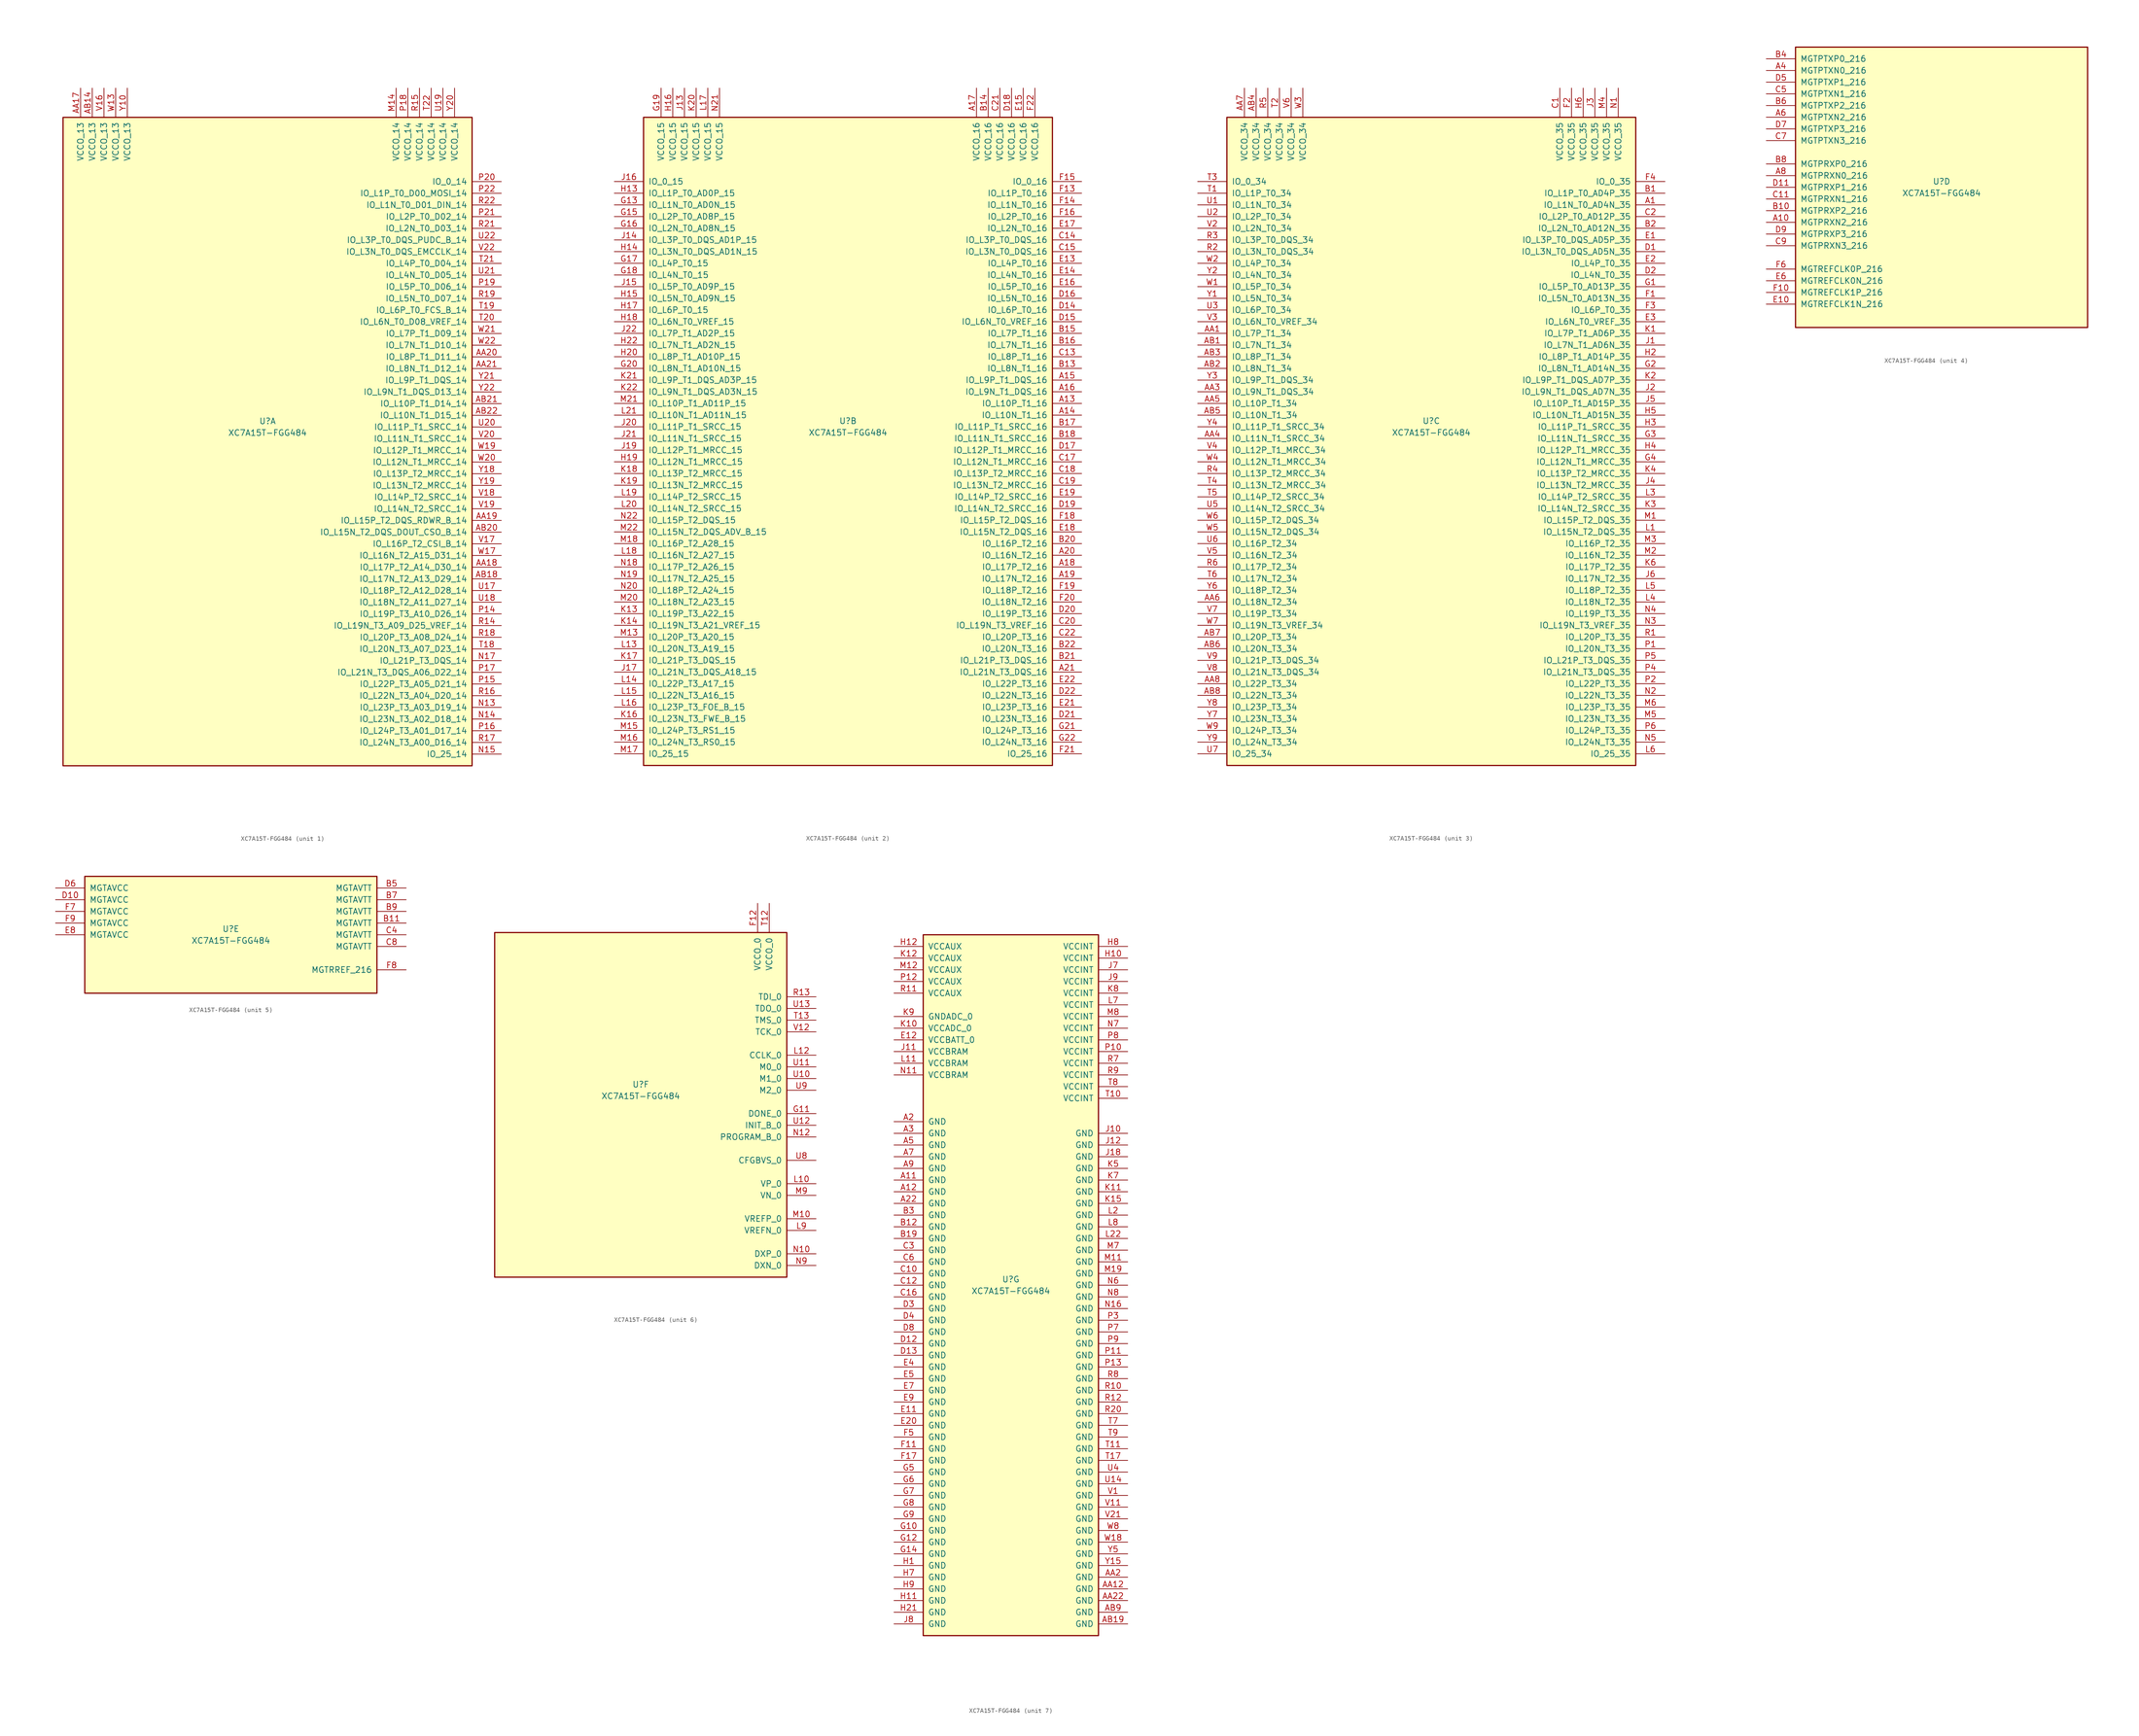
<source format=kicad_sym>
(kicad_symbol_lib
  (version 20201005)
  (generator kicad_symbol_editor)
  (symbol "XC7A15T-FGG484"
    (pin_names
      (offset 1.016))
    (property "Reference" "U"
      (at 0 1.27 0)
      (effects (font (size 1.27 1.27))))
    (property "Value" "XC7A15T-FGG484"
      (at 0 -1.27 0)
      (effects (font (size 1.27 1.27))))
    (property "Datasheet" ""
      (at 0 0 0)
      (effects (font (size 1.27 1.27))))
    (property "ki_locked" ""
      (at 0 0 0)
      (effects (font (size 1.27 1.27))))
    (symbol "XC7A15T-FGG484_1_1"
      (rectangle (start -44.45 67.31) (end 44.45 -73.66) (stroke (width 0.254)) (fill (type background)))
      (pin power_in line (at -40.64 73.66 270) (length 6.35) (name "VCCO_13" (effects (font (size 1.27 1.27)))) (number "AA17" (effects (font (size 1.27 1.27)))))
      (pin power_in line (at -38.1 73.66 270) (length 6.35) (name "VCCO_13" (effects (font (size 1.27 1.27)))) (number "AB14" (effects (font (size 1.27 1.27)))))
      (pin power_in line (at -35.56 73.66 270) (length 6.35) (name "VCCO_13" (effects (font (size 1.27 1.27)))) (number "V16" (effects (font (size 1.27 1.27)))))
      (pin power_in line (at -33.02 73.66 270) (length 6.35) (name "VCCO_13" (effects (font (size 1.27 1.27)))) (number "W13" (effects (font (size 1.27 1.27)))))
      (pin power_in line (at -30.48 73.66 270) (length 6.35) (name "VCCO_13" (effects (font (size 1.27 1.27)))) (number "Y10" (effects (font (size 1.27 1.27)))))
      (pin power_in line (at 27.94 73.66 270) (length 6.35) (name "VCCO_14" (effects (font (size 1.27 1.27)))) (number "M14" (effects (font (size 1.27 1.27)))))
      (pin power_in line (at 30.48 73.66 270) (length 6.35) (name "VCCO_14" (effects (font (size 1.27 1.27)))) (number "P18" (effects (font (size 1.27 1.27)))))
      (pin power_in line (at 33.02 73.66 270) (length 6.35) (name "VCCO_14" (effects (font (size 1.27 1.27)))) (number "R15" (effects (font (size 1.27 1.27)))))
      (pin power_in line (at 35.56 73.66 270) (length 6.35) (name "VCCO_14" (effects (font (size 1.27 1.27)))) (number "T22" (effects (font (size 1.27 1.27)))))
      (pin power_in line (at 38.1 73.66 270) (length 6.35) (name "VCCO_14" (effects (font (size 1.27 1.27)))) (number "U19" (effects (font (size 1.27 1.27)))))
      (pin power_in line (at 40.64 73.66 270) (length 6.35) (name "VCCO_14" (effects (font (size 1.27 1.27)))) (number "Y20" (effects (font (size 1.27 1.27)))))
      (pin bidirectional line (at 50.8 53.34 180) (length 6.35) (name "IO_0_14" (effects (font (size 1.27 1.27)))) (number "P20" (effects (font (size 1.27 1.27)))))
      (pin bidirectional line (at 50.8 50.8 180) (length 6.35) (name "IO_L1P_T0_D00_MOSI_14" (effects (font (size 1.27 1.27)))) (number "P22" (effects (font (size 1.27 1.27)))))
      (pin bidirectional line (at 50.8 48.26 180) (length 6.35) (name "IO_L1N_T0_D01_DIN_14" (effects (font (size 1.27 1.27)))) (number "R22" (effects (font (size 1.27 1.27)))))
      (pin bidirectional line (at 50.8 45.72 180) (length 6.35) (name "IO_L2P_T0_D02_14" (effects (font (size 1.27 1.27)))) (number "P21" (effects (font (size 1.27 1.27)))))
      (pin bidirectional line (at 50.8 43.18 180) (length 6.35) (name "IO_L2N_T0_D03_14" (effects (font (size 1.27 1.27)))) (number "R21" (effects (font (size 1.27 1.27)))))
      (pin bidirectional line (at 50.8 40.64 180) (length 6.35) (name "IO_L3P_T0_DQS_PUDC_B_14" (effects (font (size 1.27 1.27)))) (number "U22" (effects (font (size 1.27 1.27)))))
      (pin bidirectional line (at 50.8 38.1 180) (length 6.35) (name "IO_L3N_T0_DQS_EMCCLK_14" (effects (font (size 1.27 1.27)))) (number "V22" (effects (font (size 1.27 1.27)))))
      (pin bidirectional line (at 50.8 35.56 180) (length 6.35) (name "IO_L4P_T0_D04_14" (effects (font (size 1.27 1.27)))) (number "T21" (effects (font (size 1.27 1.27)))))
      (pin bidirectional line (at 50.8 33.02 180) (length 6.35) (name "IO_L4N_T0_D05_14" (effects (font (size 1.27 1.27)))) (number "U21" (effects (font (size 1.27 1.27)))))
      (pin bidirectional line (at 50.8 30.48 180) (length 6.35) (name "IO_L5P_T0_D06_14" (effects (font (size 1.27 1.27)))) (number "P19" (effects (font (size 1.27 1.27)))))
      (pin bidirectional line (at 50.8 27.94 180) (length 6.35) (name "IO_L5N_T0_D07_14" (effects (font (size 1.27 1.27)))) (number "R19" (effects (font (size 1.27 1.27)))))
      (pin bidirectional line (at 50.8 25.4 180) (length 6.35) (name "IO_L6P_T0_FCS_B_14" (effects (font (size 1.27 1.27)))) (number "T19" (effects (font (size 1.27 1.27)))))
      (pin bidirectional line (at 50.8 22.86 180) (length 6.35) (name "IO_L6N_T0_D08_VREF_14" (effects (font (size 1.27 1.27)))) (number "T20" (effects (font (size 1.27 1.27)))))
      (pin bidirectional line (at 50.8 20.32 180) (length 6.35) (name "IO_L7P_T1_D09_14" (effects (font (size 1.27 1.27)))) (number "W21" (effects (font (size 1.27 1.27)))))
      (pin bidirectional line (at 50.8 17.78 180) (length 6.35) (name "IO_L7N_T1_D10_14" (effects (font (size 1.27 1.27)))) (number "W22" (effects (font (size 1.27 1.27)))))
      (pin bidirectional line (at 50.8 15.24 180) (length 6.35) (name "IO_L8P_T1_D11_14" (effects (font (size 1.27 1.27)))) (number "AA20" (effects (font (size 1.27 1.27)))))
      (pin bidirectional line (at 50.8 12.7 180) (length 6.35) (name "IO_L8N_T1_D12_14" (effects (font (size 1.27 1.27)))) (number "AA21" (effects (font (size 1.27 1.27)))))
      (pin bidirectional line (at 50.8 10.16 180) (length 6.35) (name "IO_L9P_T1_DQS_14" (effects (font (size 1.27 1.27)))) (number "Y21" (effects (font (size 1.27 1.27)))))
      (pin bidirectional line (at 50.8 7.62 180) (length 6.35) (name "IO_L9N_T1_DQS_D13_14" (effects (font (size 1.27 1.27)))) (number "Y22" (effects (font (size 1.27 1.27)))))
      (pin bidirectional line (at 50.8 5.08 180) (length 6.35) (name "IO_L10P_T1_D14_14" (effects (font (size 1.27 1.27)))) (number "AB21" (effects (font (size 1.27 1.27)))))
      (pin bidirectional line (at 50.8 2.54 180) (length 6.35) (name "IO_L10N_T1_D15_14" (effects (font (size 1.27 1.27)))) (number "AB22" (effects (font (size 1.27 1.27)))))
      (pin bidirectional line (at 50.8 0 180) (length 6.35) (name "IO_L11P_T1_SRCC_14" (effects (font (size 1.27 1.27)))) (number "U20" (effects (font (size 1.27 1.27)))))
      (pin bidirectional line (at 50.8 -2.54 180) (length 6.35) (name "IO_L11N_T1_SRCC_14" (effects (font (size 1.27 1.27)))) (number "V20" (effects (font (size 1.27 1.27)))))
      (pin bidirectional line (at 50.8 -5.08 180) (length 6.35) (name "IO_L12P_T1_MRCC_14" (effects (font (size 1.27 1.27)))) (number "W19" (effects (font (size 1.27 1.27)))))
      (pin bidirectional line (at 50.8 -7.62 180) (length 6.35) (name "IO_L12N_T1_MRCC_14" (effects (font (size 1.27 1.27)))) (number "W20" (effects (font (size 1.27 1.27)))))
      (pin bidirectional line (at 50.8 -10.16 180) (length 6.35) (name "IO_L13P_T2_MRCC_14" (effects (font (size 1.27 1.27)))) (number "Y18" (effects (font (size 1.27 1.27)))))
      (pin bidirectional line (at 50.8 -12.7 180) (length 6.35) (name "IO_L13N_T2_MRCC_14" (effects (font (size 1.27 1.27)))) (number "Y19" (effects (font (size 1.27 1.27)))))
      (pin bidirectional line (at 50.8 -15.24 180) (length 6.35) (name "IO_L14P_T2_SRCC_14" (effects (font (size 1.27 1.27)))) (number "V18" (effects (font (size 1.27 1.27)))))
      (pin bidirectional line (at 50.8 -17.78 180) (length 6.35) (name "IO_L14N_T2_SRCC_14" (effects (font (size 1.27 1.27)))) (number "V19" (effects (font (size 1.27 1.27)))))
      (pin bidirectional line (at 50.8 -20.32 180) (length 6.35) (name "IO_L15P_T2_DQS_RDWR_B_14" (effects (font (size 1.27 1.27)))) (number "AA19" (effects (font (size 1.27 1.27)))))
      (pin bidirectional line (at 50.8 -22.86 180) (length 6.35) (name "IO_L15N_T2_DQS_DOUT_CSO_B_14" (effects (font (size 1.27 1.27)))) (number "AB20" (effects (font (size 1.27 1.27)))))
      (pin bidirectional line (at 50.8 -25.4 180) (length 6.35) (name "IO_L16P_T2_CSI_B_14" (effects (font (size 1.27 1.27)))) (number "V17" (effects (font (size 1.27 1.27)))))
      (pin bidirectional line (at 50.8 -27.94 180) (length 6.35) (name "IO_L16N_T2_A15_D31_14" (effects (font (size 1.27 1.27)))) (number "W17" (effects (font (size 1.27 1.27)))))
      (pin bidirectional line (at 50.8 -30.48 180) (length 6.35) (name "IO_L17P_T2_A14_D30_14" (effects (font (size 1.27 1.27)))) (number "AA18" (effects (font (size 1.27 1.27)))))
      (pin bidirectional line (at 50.8 -33.02 180) (length 6.35) (name "IO_L17N_T2_A13_D29_14" (effects (font (size 1.27 1.27)))) (number "AB18" (effects (font (size 1.27 1.27)))))
      (pin bidirectional line (at 50.8 -35.56 180) (length 6.35) (name "IO_L18P_T2_A12_D28_14" (effects (font (size 1.27 1.27)))) (number "U17" (effects (font (size 1.27 1.27)))))
      (pin bidirectional line (at 50.8 -38.1 180) (length 6.35) (name "IO_L18N_T2_A11_D27_14" (effects (font (size 1.27 1.27)))) (number "U18" (effects (font (size 1.27 1.27)))))
      (pin bidirectional line (at 50.8 -40.64 180) (length 6.35) (name "IO_L19P_T3_A10_D26_14" (effects (font (size 1.27 1.27)))) (number "P14" (effects (font (size 1.27 1.27)))))
      (pin bidirectional line (at 50.8 -43.18 180) (length 6.35) (name "IO_L19N_T3_A09_D25_VREF_14" (effects (font (size 1.27 1.27)))) (number "R14" (effects (font (size 1.27 1.27)))))
      (pin bidirectional line (at 50.8 -45.72 180) (length 6.35) (name "IO_L20P_T3_A08_D24_14" (effects (font (size 1.27 1.27)))) (number "R18" (effects (font (size 1.27 1.27)))))
      (pin bidirectional line (at 50.8 -48.26 180) (length 6.35) (name "IO_L20N_T3_A07_D23_14" (effects (font (size 1.27 1.27)))) (number "T18" (effects (font (size 1.27 1.27)))))
      (pin bidirectional line (at 50.8 -50.8 180) (length 6.35) (name "IO_L21P_T3_DQS_14" (effects (font (size 1.27 1.27)))) (number "N17" (effects (font (size 1.27 1.27)))))
      (pin bidirectional line (at 50.8 -53.34 180) (length 6.35) (name "IO_L21N_T3_DQS_A06_D22_14" (effects (font (size 1.27 1.27)))) (number "P17" (effects (font (size 1.27 1.27)))))
      (pin bidirectional line (at 50.8 -55.88 180) (length 6.35) (name "IO_L22P_T3_A05_D21_14" (effects (font (size 1.27 1.27)))) (number "P15" (effects (font (size 1.27 1.27)))))
      (pin bidirectional line (at 50.8 -58.42 180) (length 6.35) (name "IO_L22N_T3_A04_D20_14" (effects (font (size 1.27 1.27)))) (number "R16" (effects (font (size 1.27 1.27)))))
      (pin bidirectional line (at 50.8 -60.96 180) (length 6.35) (name "IO_L23P_T3_A03_D19_14" (effects (font (size 1.27 1.27)))) (number "N13" (effects (font (size 1.27 1.27)))))
      (pin bidirectional line (at 50.8 -63.5 180) (length 6.35) (name "IO_L23N_T3_A02_D18_14" (effects (font (size 1.27 1.27)))) (number "N14" (effects (font (size 1.27 1.27)))))
      (pin bidirectional line (at 50.8 -66.04 180) (length 6.35) (name "IO_L24P_T3_A01_D17_14" (effects (font (size 1.27 1.27)))) (number "P16" (effects (font (size 1.27 1.27)))))
      (pin bidirectional line (at 50.8 -68.58 180) (length 6.35) (name "IO_L24N_T3_A00_D16_14" (effects (font (size 1.27 1.27)))) (number "R17" (effects (font (size 1.27 1.27)))))
      (pin bidirectional line (at 50.8 -71.12 180) (length 6.35) (name "IO_25_14" (effects (font (size 1.27 1.27)))) (number "N15" (effects (font (size 1.27 1.27))))))
    (symbol "XC7A15T-FGG484_2_1"
      (rectangle (start -44.45 67.31) (end 44.45 -73.66) (stroke (width 0.254)) (fill (type background)))
      (pin power_in line (at -40.64 73.66 270) (length 6.35) (name "VCCO_15" (effects (font (size 1.27 1.27)))) (number "G19" (effects (font (size 1.27 1.27)))))
      (pin power_in line (at -38.1 73.66 270) (length 6.35) (name "VCCO_15" (effects (font (size 1.27 1.27)))) (number "H16" (effects (font (size 1.27 1.27)))))
      (pin power_in line (at -35.56 73.66 270) (length 6.35) (name "VCCO_15" (effects (font (size 1.27 1.27)))) (number "J13" (effects (font (size 1.27 1.27)))))
      (pin power_in line (at -33.02 73.66 270) (length 6.35) (name "VCCO_15" (effects (font (size 1.27 1.27)))) (number "K20" (effects (font (size 1.27 1.27)))))
      (pin power_in line (at -30.48 73.66 270) (length 6.35) (name "VCCO_15" (effects (font (size 1.27 1.27)))) (number "L17" (effects (font (size 1.27 1.27)))))
      (pin power_in line (at -27.94 73.66 270) (length 6.35) (name "VCCO_15" (effects (font (size 1.27 1.27)))) (number "N21" (effects (font (size 1.27 1.27)))))
      (pin bidirectional line (at -50.8 53.34 0) (length 6.35) (name "IO_0_15" (effects (font (size 1.27 1.27)))) (number "J16" (effects (font (size 1.27 1.27)))))
      (pin bidirectional line (at -50.8 50.8 0) (length 6.35) (name "IO_L1P_T0_AD0P_15" (effects (font (size 1.27 1.27)))) (number "H13" (effects (font (size 1.27 1.27)))))
      (pin bidirectional line (at -50.8 48.26 0) (length 6.35) (name "IO_L1N_T0_AD0N_15" (effects (font (size 1.27 1.27)))) (number "G13" (effects (font (size 1.27 1.27)))))
      (pin bidirectional line (at -50.8 45.72 0) (length 6.35) (name "IO_L2P_T0_AD8P_15" (effects (font (size 1.27 1.27)))) (number "G15" (effects (font (size 1.27 1.27)))))
      (pin bidirectional line (at -50.8 43.18 0) (length 6.35) (name "IO_L2N_T0_AD8N_15" (effects (font (size 1.27 1.27)))) (number "G16" (effects (font (size 1.27 1.27)))))
      (pin bidirectional line (at -50.8 40.64 0) (length 6.35) (name "IO_L3P_T0_DQS_AD1P_15" (effects (font (size 1.27 1.27)))) (number "J14" (effects (font (size 1.27 1.27)))))
      (pin bidirectional line (at -50.8 38.1 0) (length 6.35) (name "IO_L3N_T0_DQS_AD1N_15" (effects (font (size 1.27 1.27)))) (number "H14" (effects (font (size 1.27 1.27)))))
      (pin bidirectional line (at -50.8 35.56 0) (length 6.35) (name "IO_L4P_T0_15" (effects (font (size 1.27 1.27)))) (number "G17" (effects (font (size 1.27 1.27)))))
      (pin bidirectional line (at -50.8 33.02 0) (length 6.35) (name "IO_L4N_T0_15" (effects (font (size 1.27 1.27)))) (number "G18" (effects (font (size 1.27 1.27)))))
      (pin bidirectional line (at -50.8 30.48 0) (length 6.35) (name "IO_L5P_T0_AD9P_15" (effects (font (size 1.27 1.27)))) (number "J15" (effects (font (size 1.27 1.27)))))
      (pin bidirectional line (at -50.8 27.94 0) (length 6.35) (name "IO_L5N_T0_AD9N_15" (effects (font (size 1.27 1.27)))) (number "H15" (effects (font (size 1.27 1.27)))))
      (pin bidirectional line (at -50.8 25.4 0) (length 6.35) (name "IO_L6P_T0_15" (effects (font (size 1.27 1.27)))) (number "H17" (effects (font (size 1.27 1.27)))))
      (pin bidirectional line (at -50.8 22.86 0) (length 6.35) (name "IO_L6N_T0_VREF_15" (effects (font (size 1.27 1.27)))) (number "H18" (effects (font (size 1.27 1.27)))))
      (pin bidirectional line (at -50.8 20.32 0) (length 6.35) (name "IO_L7P_T1_AD2P_15" (effects (font (size 1.27 1.27)))) (number "J22" (effects (font (size 1.27 1.27)))))
      (pin bidirectional line (at -50.8 17.78 0) (length 6.35) (name "IO_L7N_T1_AD2N_15" (effects (font (size 1.27 1.27)))) (number "H22" (effects (font (size 1.27 1.27)))))
      (pin bidirectional line (at -50.8 15.24 0) (length 6.35) (name "IO_L8P_T1_AD10P_15" (effects (font (size 1.27 1.27)))) (number "H20" (effects (font (size 1.27 1.27)))))
      (pin bidirectional line (at -50.8 12.7 0) (length 6.35) (name "IO_L8N_T1_AD10N_15" (effects (font (size 1.27 1.27)))) (number "G20" (effects (font (size 1.27 1.27)))))
      (pin bidirectional line (at -50.8 10.16 0) (length 6.35) (name "IO_L9P_T1_DQS_AD3P_15" (effects (font (size 1.27 1.27)))) (number "K21" (effects (font (size 1.27 1.27)))))
      (pin bidirectional line (at -50.8 7.62 0) (length 6.35) (name "IO_L9N_T1_DQS_AD3N_15" (effects (font (size 1.27 1.27)))) (number "K22" (effects (font (size 1.27 1.27)))))
      (pin bidirectional line (at -50.8 5.08 0) (length 6.35) (name "IO_L10P_T1_AD11P_15" (effects (font (size 1.27 1.27)))) (number "M21" (effects (font (size 1.27 1.27)))))
      (pin bidirectional line (at -50.8 2.54 0) (length 6.35) (name "IO_L10N_T1_AD11N_15" (effects (font (size 1.27 1.27)))) (number "L21" (effects (font (size 1.27 1.27)))))
      (pin bidirectional line (at -50.8 0 0) (length 6.35) (name "IO_L11P_T1_SRCC_15" (effects (font (size 1.27 1.27)))) (number "J20" (effects (font (size 1.27 1.27)))))
      (pin bidirectional line (at -50.8 -2.54 0) (length 6.35) (name "IO_L11N_T1_SRCC_15" (effects (font (size 1.27 1.27)))) (number "J21" (effects (font (size 1.27 1.27)))))
      (pin bidirectional line (at -50.8 -5.08 0) (length 6.35) (name "IO_L12P_T1_MRCC_15" (effects (font (size 1.27 1.27)))) (number "J19" (effects (font (size 1.27 1.27)))))
      (pin bidirectional line (at -50.8 -7.62 0) (length 6.35) (name "IO_L12N_T1_MRCC_15" (effects (font (size 1.27 1.27)))) (number "H19" (effects (font (size 1.27 1.27)))))
      (pin bidirectional line (at -50.8 -10.16 0) (length 6.35) (name "IO_L13P_T2_MRCC_15" (effects (font (size 1.27 1.27)))) (number "K18" (effects (font (size 1.27 1.27)))))
      (pin bidirectional line (at -50.8 -12.7 0) (length 6.35) (name "IO_L13N_T2_MRCC_15" (effects (font (size 1.27 1.27)))) (number "K19" (effects (font (size 1.27 1.27)))))
      (pin bidirectional line (at -50.8 -15.24 0) (length 6.35) (name "IO_L14P_T2_SRCC_15" (effects (font (size 1.27 1.27)))) (number "L19" (effects (font (size 1.27 1.27)))))
      (pin bidirectional line (at -50.8 -17.78 0) (length 6.35) (name "IO_L14N_T2_SRCC_15" (effects (font (size 1.27 1.27)))) (number "L20" (effects (font (size 1.27 1.27)))))
      (pin bidirectional line (at -50.8 -20.32 0) (length 6.35) (name "IO_L15P_T2_DQS_15" (effects (font (size 1.27 1.27)))) (number "N22" (effects (font (size 1.27 1.27)))))
      (pin bidirectional line (at -50.8 -22.86 0) (length 6.35) (name "IO_L15N_T2_DQS_ADV_B_15" (effects (font (size 1.27 1.27)))) (number "M22" (effects (font (size 1.27 1.27)))))
      (pin bidirectional line (at -50.8 -25.4 0) (length 6.35) (name "IO_L16P_T2_A28_15" (effects (font (size 1.27 1.27)))) (number "M18" (effects (font (size 1.27 1.27)))))
      (pin bidirectional line (at -50.8 -27.94 0) (length 6.35) (name "IO_L16N_T2_A27_15" (effects (font (size 1.27 1.27)))) (number "L18" (effects (font (size 1.27 1.27)))))
      (pin bidirectional line (at -50.8 -30.48 0) (length 6.35) (name "IO_L17P_T2_A26_15" (effects (font (size 1.27 1.27)))) (number "N18" (effects (font (size 1.27 1.27)))))
      (pin bidirectional line (at -50.8 -33.02 0) (length 6.35) (name "IO_L17N_T2_A25_15" (effects (font (size 1.27 1.27)))) (number "N19" (effects (font (size 1.27 1.27)))))
      (pin bidirectional line (at -50.8 -35.56 0) (length 6.35) (name "IO_L18P_T2_A24_15" (effects (font (size 1.27 1.27)))) (number "N20" (effects (font (size 1.27 1.27)))))
      (pin bidirectional line (at -50.8 -38.1 0) (length 6.35) (name "IO_L18N_T2_A23_15" (effects (font (size 1.27 1.27)))) (number "M20" (effects (font (size 1.27 1.27)))))
      (pin bidirectional line (at -50.8 -40.64 0) (length 6.35) (name "IO_L19P_T3_A22_15" (effects (font (size 1.27 1.27)))) (number "K13" (effects (font (size 1.27 1.27)))))
      (pin bidirectional line (at -50.8 -43.18 0) (length 6.35) (name "IO_L19N_T3_A21_VREF_15" (effects (font (size 1.27 1.27)))) (number "K14" (effects (font (size 1.27 1.27)))))
      (pin bidirectional line (at -50.8 -45.72 0) (length 6.35) (name "IO_L20P_T3_A20_15" (effects (font (size 1.27 1.27)))) (number "M13" (effects (font (size 1.27 1.27)))))
      (pin bidirectional line (at -50.8 -48.26 0) (length 6.35) (name "IO_L20N_T3_A19_15" (effects (font (size 1.27 1.27)))) (number "L13" (effects (font (size 1.27 1.27)))))
      (pin bidirectional line (at -50.8 -50.8 0) (length 6.35) (name "IO_L21P_T3_DQS_15" (effects (font (size 1.27 1.27)))) (number "K17" (effects (font (size 1.27 1.27)))))
      (pin bidirectional line (at -50.8 -53.34 0) (length 6.35) (name "IO_L21N_T3_DQS_A18_15" (effects (font (size 1.27 1.27)))) (number "J17" (effects (font (size 1.27 1.27)))))
      (pin bidirectional line (at -50.8 -55.88 0) (length 6.35) (name "IO_L22P_T3_A17_15" (effects (font (size 1.27 1.27)))) (number "L14" (effects (font (size 1.27 1.27)))))
      (pin bidirectional line (at -50.8 -58.42 0) (length 6.35) (name "IO_L22N_T3_A16_15" (effects (font (size 1.27 1.27)))) (number "L15" (effects (font (size 1.27 1.27)))))
      (pin bidirectional line (at -50.8 -60.96 0) (length 6.35) (name "IO_L23P_T3_FOE_B_15" (effects (font (size 1.27 1.27)))) (number "L16" (effects (font (size 1.27 1.27)))))
      (pin bidirectional line (at -50.8 -63.5 0) (length 6.35) (name "IO_L23N_T3_FWE_B_15" (effects (font (size 1.27 1.27)))) (number "K16" (effects (font (size 1.27 1.27)))))
      (pin bidirectional line (at -50.8 -66.04 0) (length 6.35) (name "IO_L24P_T3_RS1_15" (effects (font (size 1.27 1.27)))) (number "M15" (effects (font (size 1.27 1.27)))))
      (pin bidirectional line (at -50.8 -68.58 0) (length 6.35) (name "IO_L24N_T3_RS0_15" (effects (font (size 1.27 1.27)))) (number "M16" (effects (font (size 1.27 1.27)))))
      (pin bidirectional line (at -50.8 -71.12 0) (length 6.35) (name "IO_25_15" (effects (font (size 1.27 1.27)))) (number "M17" (effects (font (size 1.27 1.27)))))
      (pin power_in line (at 27.94 73.66 270) (length 6.35) (name "VCCO_16" (effects (font (size 1.27 1.27)))) (number "A17" (effects (font (size 1.27 1.27)))))
      (pin power_in line (at 30.48 73.66 270) (length 6.35) (name "VCCO_16" (effects (font (size 1.27 1.27)))) (number "B14" (effects (font (size 1.27 1.27)))))
      (pin power_in line (at 33.02 73.66 270) (length 6.35) (name "VCCO_16" (effects (font (size 1.27 1.27)))) (number "C21" (effects (font (size 1.27 1.27)))))
      (pin power_in line (at 35.56 73.66 270) (length 6.35) (name "VCCO_16" (effects (font (size 1.27 1.27)))) (number "D18" (effects (font (size 1.27 1.27)))))
      (pin power_in line (at 38.1 73.66 270) (length 6.35) (name "VCCO_16" (effects (font (size 1.27 1.27)))) (number "E15" (effects (font (size 1.27 1.27)))))
      (pin power_in line (at 40.64 73.66 270) (length 6.35) (name "VCCO_16" (effects (font (size 1.27 1.27)))) (number "F22" (effects (font (size 1.27 1.27)))))
      (pin bidirectional line (at 50.8 53.34 180) (length 6.35) (name "IO_0_16" (effects (font (size 1.27 1.27)))) (number "F15" (effects (font (size 1.27 1.27)))))
      (pin bidirectional line (at 50.8 50.8 180) (length 6.35) (name "IO_L1P_T0_16" (effects (font (size 1.27 1.27)))) (number "F13" (effects (font (size 1.27 1.27)))))
      (pin bidirectional line (at 50.8 48.26 180) (length 6.35) (name "IO_L1N_T0_16" (effects (font (size 1.27 1.27)))) (number "F14" (effects (font (size 1.27 1.27)))))
      (pin bidirectional line (at 50.8 45.72 180) (length 6.35) (name "IO_L2P_T0_16" (effects (font (size 1.27 1.27)))) (number "F16" (effects (font (size 1.27 1.27)))))
      (pin bidirectional line (at 50.8 43.18 180) (length 6.35) (name "IO_L2N_T0_16" (effects (font (size 1.27 1.27)))) (number "E17" (effects (font (size 1.27 1.27)))))
      (pin bidirectional line (at 50.8 40.64 180) (length 6.35) (name "IO_L3P_T0_DQS_16" (effects (font (size 1.27 1.27)))) (number "C14" (effects (font (size 1.27 1.27)))))
      (pin bidirectional line (at 50.8 38.1 180) (length 6.35) (name "IO_L3N_T0_DQS_16" (effects (font (size 1.27 1.27)))) (number "C15" (effects (font (size 1.27 1.27)))))
      (pin bidirectional line (at 50.8 35.56 180) (length 6.35) (name "IO_L4P_T0_16" (effects (font (size 1.27 1.27)))) (number "E13" (effects (font (size 1.27 1.27)))))
      (pin bidirectional line (at 50.8 33.02 180) (length 6.35) (name "IO_L4N_T0_16" (effects (font (size 1.27 1.27)))) (number "E14" (effects (font (size 1.27 1.27)))))
      (pin bidirectional line (at 50.8 30.48 180) (length 6.35) (name "IO_L5P_T0_16" (effects (font (size 1.27 1.27)))) (number "E16" (effects (font (size 1.27 1.27)))))
      (pin bidirectional line (at 50.8 27.94 180) (length 6.35) (name "IO_L5N_T0_16" (effects (font (size 1.27 1.27)))) (number "D16" (effects (font (size 1.27 1.27)))))
      (pin bidirectional line (at 50.8 25.4 180) (length 6.35) (name "IO_L6P_T0_16" (effects (font (size 1.27 1.27)))) (number "D14" (effects (font (size 1.27 1.27)))))
      (pin bidirectional line (at 50.8 22.86 180) (length 6.35) (name "IO_L6N_T0_VREF_16" (effects (font (size 1.27 1.27)))) (number "D15" (effects (font (size 1.27 1.27)))))
      (pin bidirectional line (at 50.8 20.32 180) (length 6.35) (name "IO_L7P_T1_16" (effects (font (size 1.27 1.27)))) (number "B15" (effects (font (size 1.27 1.27)))))
      (pin bidirectional line (at 50.8 17.78 180) (length 6.35) (name "IO_L7N_T1_16" (effects (font (size 1.27 1.27)))) (number "B16" (effects (font (size 1.27 1.27)))))
      (pin bidirectional line (at 50.8 15.24 180) (length 6.35) (name "IO_L8P_T1_16" (effects (font (size 1.27 1.27)))) (number "C13" (effects (font (size 1.27 1.27)))))
      (pin bidirectional line (at 50.8 12.7 180) (length 6.35) (name "IO_L8N_T1_16" (effects (font (size 1.27 1.27)))) (number "B13" (effects (font (size 1.27 1.27)))))
      (pin bidirectional line (at 50.8 10.16 180) (length 6.35) (name "IO_L9P_T1_DQS_16" (effects (font (size 1.27 1.27)))) (number "A15" (effects (font (size 1.27 1.27)))))
      (pin bidirectional line (at 50.8 7.62 180) (length 6.35) (name "IO_L9N_T1_DQS_16" (effects (font (size 1.27 1.27)))) (number "A16" (effects (font (size 1.27 1.27)))))
      (pin bidirectional line (at 50.8 5.08 180) (length 6.35) (name "IO_L10P_T1_16" (effects (font (size 1.27 1.27)))) (number "A13" (effects (font (size 1.27 1.27)))))
      (pin bidirectional line (at 50.8 2.54 180) (length 6.35) (name "IO_L10N_T1_16" (effects (font (size 1.27 1.27)))) (number "A14" (effects (font (size 1.27 1.27)))))
      (pin bidirectional line (at 50.8 0 180) (length 6.35) (name "IO_L11P_T1_SRCC_16" (effects (font (size 1.27 1.27)))) (number "B17" (effects (font (size 1.27 1.27)))))
      (pin bidirectional line (at 50.8 -2.54 180) (length 6.35) (name "IO_L11N_T1_SRCC_16" (effects (font (size 1.27 1.27)))) (number "B18" (effects (font (size 1.27 1.27)))))
      (pin bidirectional line (at 50.8 -5.08 180) (length 6.35) (name "IO_L12P_T1_MRCC_16" (effects (font (size 1.27 1.27)))) (number "D17" (effects (font (size 1.27 1.27)))))
      (pin bidirectional line (at 50.8 -7.62 180) (length 6.35) (name "IO_L12N_T1_MRCC_16" (effects (font (size 1.27 1.27)))) (number "C17" (effects (font (size 1.27 1.27)))))
      (pin bidirectional line (at 50.8 -10.16 180) (length 6.35) (name "IO_L13P_T2_MRCC_16" (effects (font (size 1.27 1.27)))) (number "C18" (effects (font (size 1.27 1.27)))))
      (pin bidirectional line (at 50.8 -12.7 180) (length 6.35) (name "IO_L13N_T2_MRCC_16" (effects (font (size 1.27 1.27)))) (number "C19" (effects (font (size 1.27 1.27)))))
      (pin bidirectional line (at 50.8 -15.24 180) (length 6.35) (name "IO_L14P_T2_SRCC_16" (effects (font (size 1.27 1.27)))) (number "E19" (effects (font (size 1.27 1.27)))))
      (pin bidirectional line (at 50.8 -17.78 180) (length 6.35) (name "IO_L14N_T2_SRCC_16" (effects (font (size 1.27 1.27)))) (number "D19" (effects (font (size 1.27 1.27)))))
      (pin bidirectional line (at 50.8 -20.32 180) (length 6.35) (name "IO_L15P_T2_DQS_16" (effects (font (size 1.27 1.27)))) (number "F18" (effects (font (size 1.27 1.27)))))
      (pin bidirectional line (at 50.8 -22.86 180) (length 6.35) (name "IO_L15N_T2_DQS_16" (effects (font (size 1.27 1.27)))) (number "E18" (effects (font (size 1.27 1.27)))))
      (pin bidirectional line (at 50.8 -25.4 180) (length 6.35) (name "IO_L16P_T2_16" (effects (font (size 1.27 1.27)))) (number "B20" (effects (font (size 1.27 1.27)))))
      (pin bidirectional line (at 50.8 -27.94 180) (length 6.35) (name "IO_L16N_T2_16" (effects (font (size 1.27 1.27)))) (number "A20" (effects (font (size 1.27 1.27)))))
      (pin bidirectional line (at 50.8 -30.48 180) (length 6.35) (name "IO_L17P_T2_16" (effects (font (size 1.27 1.27)))) (number "A18" (effects (font (size 1.27 1.27)))))
      (pin bidirectional line (at 50.8 -33.02 180) (length 6.35) (name "IO_L17N_T2_16" (effects (font (size 1.27 1.27)))) (number "A19" (effects (font (size 1.27 1.27)))))
      (pin bidirectional line (at 50.8 -35.56 180) (length 6.35) (name "IO_L18P_T2_16" (effects (font (size 1.27 1.27)))) (number "F19" (effects (font (size 1.27 1.27)))))
      (pin bidirectional line (at 50.8 -38.1 180) (length 6.35) (name "IO_L18N_T2_16" (effects (font (size 1.27 1.27)))) (number "F20" (effects (font (size 1.27 1.27)))))
      (pin bidirectional line (at 50.8 -40.64 180) (length 6.35) (name "IO_L19P_T3_16" (effects (font (size 1.27 1.27)))) (number "D20" (effects (font (size 1.27 1.27)))))
      (pin bidirectional line (at 50.8 -43.18 180) (length 6.35) (name "IO_L19N_T3_VREF_16" (effects (font (size 1.27 1.27)))) (number "C20" (effects (font (size 1.27 1.27)))))
      (pin bidirectional line (at 50.8 -45.72 180) (length 6.35) (name "IO_L20P_T3_16" (effects (font (size 1.27 1.27)))) (number "C22" (effects (font (size 1.27 1.27)))))
      (pin bidirectional line (at 50.8 -48.26 180) (length 6.35) (name "IO_L20N_T3_16" (effects (font (size 1.27 1.27)))) (number "B22" (effects (font (size 1.27 1.27)))))
      (pin bidirectional line (at 50.8 -50.8 180) (length 6.35) (name "IO_L21P_T3_DQS_16" (effects (font (size 1.27 1.27)))) (number "B21" (effects (font (size 1.27 1.27)))))
      (pin bidirectional line (at 50.8 -53.34 180) (length 6.35) (name "IO_L21N_T3_DQS_16" (effects (font (size 1.27 1.27)))) (number "A21" (effects (font (size 1.27 1.27)))))
      (pin bidirectional line (at 50.8 -55.88 180) (length 6.35) (name "IO_L22P_T3_16" (effects (font (size 1.27 1.27)))) (number "E22" (effects (font (size 1.27 1.27)))))
      (pin bidirectional line (at 50.8 -58.42 180) (length 6.35) (name "IO_L22N_T3_16" (effects (font (size 1.27 1.27)))) (number "D22" (effects (font (size 1.27 1.27)))))
      (pin bidirectional line (at 50.8 -60.96 180) (length 6.35) (name "IO_L23P_T3_16" (effects (font (size 1.27 1.27)))) (number "E21" (effects (font (size 1.27 1.27)))))
      (pin bidirectional line (at 50.8 -63.5 180) (length 6.35) (name "IO_L23N_T3_16" (effects (font (size 1.27 1.27)))) (number "D21" (effects (font (size 1.27 1.27)))))
      (pin bidirectional line (at 50.8 -66.04 180) (length 6.35) (name "IO_L24P_T3_16" (effects (font (size 1.27 1.27)))) (number "G21" (effects (font (size 1.27 1.27)))))
      (pin bidirectional line (at 50.8 -68.58 180) (length 6.35) (name "IO_L24N_T3_16" (effects (font (size 1.27 1.27)))) (number "G22" (effects (font (size 1.27 1.27)))))
      (pin bidirectional line (at 50.8 -71.12 180) (length 6.35) (name "IO_25_16" (effects (font (size 1.27 1.27)))) (number "F21" (effects (font (size 1.27 1.27))))))
    (symbol "XC7A15T-FGG484_3_1"
      (rectangle (start -44.45 67.31) (end 44.45 -73.66) (stroke (width 0.254)) (fill (type background)))
      (pin power_in line (at -40.64 73.66 270) (length 6.35) (name "VCCO_34" (effects (font (size 1.27 1.27)))) (number "AA7" (effects (font (size 1.27 1.27)))))
      (pin power_in line (at -38.1 73.66 270) (length 6.35) (name "VCCO_34" (effects (font (size 1.27 1.27)))) (number "AB4" (effects (font (size 1.27 1.27)))))
      (pin power_in line (at -35.56 73.66 270) (length 6.35) (name "VCCO_34" (effects (font (size 1.27 1.27)))) (number "R5" (effects (font (size 1.27 1.27)))))
      (pin power_in line (at -33.02 73.66 270) (length 6.35) (name "VCCO_34" (effects (font (size 1.27 1.27)))) (number "T2" (effects (font (size 1.27 1.27)))))
      (pin power_in line (at -30.48 73.66 270) (length 6.35) (name "VCCO_34" (effects (font (size 1.27 1.27)))) (number "V6" (effects (font (size 1.27 1.27)))))
      (pin power_in line (at -27.94 73.66 270) (length 6.35) (name "VCCO_34" (effects (font (size 1.27 1.27)))) (number "W3" (effects (font (size 1.27 1.27)))))
      (pin bidirectional line (at -50.8 53.34 0) (length 6.35) (name "IO_0_34" (effects (font (size 1.27 1.27)))) (number "T3" (effects (font (size 1.27 1.27)))))
      (pin bidirectional line (at -50.8 50.8 0) (length 6.35) (name "IO_L1P_T0_34" (effects (font (size 1.27 1.27)))) (number "T1" (effects (font (size 1.27 1.27)))))
      (pin bidirectional line (at -50.8 48.26 0) (length 6.35) (name "IO_L1N_T0_34" (effects (font (size 1.27 1.27)))) (number "U1" (effects (font (size 1.27 1.27)))))
      (pin bidirectional line (at -50.8 45.72 0) (length 6.35) (name "IO_L2P_T0_34" (effects (font (size 1.27 1.27)))) (number "U2" (effects (font (size 1.27 1.27)))))
      (pin bidirectional line (at -50.8 43.18 0) (length 6.35) (name "IO_L2N_T0_34" (effects (font (size 1.27 1.27)))) (number "V2" (effects (font (size 1.27 1.27)))))
      (pin bidirectional line (at -50.8 40.64 0) (length 6.35) (name "IO_L3P_T0_DQS_34" (effects (font (size 1.27 1.27)))) (number "R3" (effects (font (size 1.27 1.27)))))
      (pin bidirectional line (at -50.8 38.1 0) (length 6.35) (name "IO_L3N_T0_DQS_34" (effects (font (size 1.27 1.27)))) (number "R2" (effects (font (size 1.27 1.27)))))
      (pin bidirectional line (at -50.8 35.56 0) (length 6.35) (name "IO_L4P_T0_34" (effects (font (size 1.27 1.27)))) (number "W2" (effects (font (size 1.27 1.27)))))
      (pin bidirectional line (at -50.8 33.02 0) (length 6.35) (name "IO_L4N_T0_34" (effects (font (size 1.27 1.27)))) (number "Y2" (effects (font (size 1.27 1.27)))))
      (pin bidirectional line (at -50.8 30.48 0) (length 6.35) (name "IO_L5P_T0_34" (effects (font (size 1.27 1.27)))) (number "W1" (effects (font (size 1.27 1.27)))))
      (pin bidirectional line (at -50.8 27.94 0) (length 6.35) (name "IO_L5N_T0_34" (effects (font (size 1.27 1.27)))) (number "Y1" (effects (font (size 1.27 1.27)))))
      (pin bidirectional line (at -50.8 25.4 0) (length 6.35) (name "IO_L6P_T0_34" (effects (font (size 1.27 1.27)))) (number "U3" (effects (font (size 1.27 1.27)))))
      (pin bidirectional line (at -50.8 22.86 0) (length 6.35) (name "IO_L6N_T0_VREF_34" (effects (font (size 1.27 1.27)))) (number "V3" (effects (font (size 1.27 1.27)))))
      (pin bidirectional line (at -50.8 20.32 0) (length 6.35) (name "IO_L7P_T1_34" (effects (font (size 1.27 1.27)))) (number "AA1" (effects (font (size 1.27 1.27)))))
      (pin bidirectional line (at -50.8 17.78 0) (length 6.35) (name "IO_L7N_T1_34" (effects (font (size 1.27 1.27)))) (number "AB1" (effects (font (size 1.27 1.27)))))
      (pin bidirectional line (at -50.8 15.24 0) (length 6.35) (name "IO_L8P_T1_34" (effects (font (size 1.27 1.27)))) (number "AB3" (effects (font (size 1.27 1.27)))))
      (pin bidirectional line (at -50.8 12.7 0) (length 6.35) (name "IO_L8N_T1_34" (effects (font (size 1.27 1.27)))) (number "AB2" (effects (font (size 1.27 1.27)))))
      (pin bidirectional line (at -50.8 10.16 0) (length 6.35) (name "IO_L9P_T1_DQS_34" (effects (font (size 1.27 1.27)))) (number "Y3" (effects (font (size 1.27 1.27)))))
      (pin bidirectional line (at -50.8 7.62 0) (length 6.35) (name "IO_L9N_T1_DQS_34" (effects (font (size 1.27 1.27)))) (number "AA3" (effects (font (size 1.27 1.27)))))
      (pin bidirectional line (at -50.8 5.08 0) (length 6.35) (name "IO_L10P_T1_34" (effects (font (size 1.27 1.27)))) (number "AA5" (effects (font (size 1.27 1.27)))))
      (pin bidirectional line (at -50.8 2.54 0) (length 6.35) (name "IO_L10N_T1_34" (effects (font (size 1.27 1.27)))) (number "AB5" (effects (font (size 1.27 1.27)))))
      (pin bidirectional line (at -50.8 0 0) (length 6.35) (name "IO_L11P_T1_SRCC_34" (effects (font (size 1.27 1.27)))) (number "Y4" (effects (font (size 1.27 1.27)))))
      (pin bidirectional line (at -50.8 -2.54 0) (length 6.35) (name "IO_L11N_T1_SRCC_34" (effects (font (size 1.27 1.27)))) (number "AA4" (effects (font (size 1.27 1.27)))))
      (pin bidirectional line (at -50.8 -5.08 0) (length 6.35) (name "IO_L12P_T1_MRCC_34" (effects (font (size 1.27 1.27)))) (number "V4" (effects (font (size 1.27 1.27)))))
      (pin bidirectional line (at -50.8 -7.62 0) (length 6.35) (name "IO_L12N_T1_MRCC_34" (effects (font (size 1.27 1.27)))) (number "W4" (effects (font (size 1.27 1.27)))))
      (pin bidirectional line (at -50.8 -10.16 0) (length 6.35) (name "IO_L13P_T2_MRCC_34" (effects (font (size 1.27 1.27)))) (number "R4" (effects (font (size 1.27 1.27)))))
      (pin bidirectional line (at -50.8 -12.7 0) (length 6.35) (name "IO_L13N_T2_MRCC_34" (effects (font (size 1.27 1.27)))) (number "T4" (effects (font (size 1.27 1.27)))))
      (pin bidirectional line (at -50.8 -15.24 0) (length 6.35) (name "IO_L14P_T2_SRCC_34" (effects (font (size 1.27 1.27)))) (number "T5" (effects (font (size 1.27 1.27)))))
      (pin bidirectional line (at -50.8 -17.78 0) (length 6.35) (name "IO_L14N_T2_SRCC_34" (effects (font (size 1.27 1.27)))) (number "U5" (effects (font (size 1.27 1.27)))))
      (pin bidirectional line (at -50.8 -20.32 0) (length 6.35) (name "IO_L15P_T2_DQS_34" (effects (font (size 1.27 1.27)))) (number "W6" (effects (font (size 1.27 1.27)))))
      (pin bidirectional line (at -50.8 -22.86 0) (length 6.35) (name "IO_L15N_T2_DQS_34" (effects (font (size 1.27 1.27)))) (number "W5" (effects (font (size 1.27 1.27)))))
      (pin bidirectional line (at -50.8 -25.4 0) (length 6.35) (name "IO_L16P_T2_34" (effects (font (size 1.27 1.27)))) (number "U6" (effects (font (size 1.27 1.27)))))
      (pin bidirectional line (at -50.8 -27.94 0) (length 6.35) (name "IO_L16N_T2_34" (effects (font (size 1.27 1.27)))) (number "V5" (effects (font (size 1.27 1.27)))))
      (pin bidirectional line (at -50.8 -30.48 0) (length 6.35) (name "IO_L17P_T2_34" (effects (font (size 1.27 1.27)))) (number "R6" (effects (font (size 1.27 1.27)))))
      (pin bidirectional line (at -50.8 -33.02 0) (length 6.35) (name "IO_L17N_T2_34" (effects (font (size 1.27 1.27)))) (number "T6" (effects (font (size 1.27 1.27)))))
      (pin bidirectional line (at -50.8 -35.56 0) (length 6.35) (name "IO_L18P_T2_34" (effects (font (size 1.27 1.27)))) (number "Y6" (effects (font (size 1.27 1.27)))))
      (pin bidirectional line (at -50.8 -38.1 0) (length 6.35) (name "IO_L18N_T2_34" (effects (font (size 1.27 1.27)))) (number "AA6" (effects (font (size 1.27 1.27)))))
      (pin bidirectional line (at -50.8 -40.64 0) (length 6.35) (name "IO_L19P_T3_34" (effects (font (size 1.27 1.27)))) (number "V7" (effects (font (size 1.27 1.27)))))
      (pin bidirectional line (at -50.8 -43.18 0) (length 6.35) (name "IO_L19N_T3_VREF_34" (effects (font (size 1.27 1.27)))) (number "W7" (effects (font (size 1.27 1.27)))))
      (pin bidirectional line (at -50.8 -45.72 0) (length 6.35) (name "IO_L20P_T3_34" (effects (font (size 1.27 1.27)))) (number "AB7" (effects (font (size 1.27 1.27)))))
      (pin bidirectional line (at -50.8 -48.26 0) (length 6.35) (name "IO_L20N_T3_34" (effects (font (size 1.27 1.27)))) (number "AB6" (effects (font (size 1.27 1.27)))))
      (pin bidirectional line (at -50.8 -50.8 0) (length 6.35) (name "IO_L21P_T3_DQS_34" (effects (font (size 1.27 1.27)))) (number "V9" (effects (font (size 1.27 1.27)))))
      (pin bidirectional line (at -50.8 -53.34 0) (length 6.35) (name "IO_L21N_T3_DQS_34" (effects (font (size 1.27 1.27)))) (number "V8" (effects (font (size 1.27 1.27)))))
      (pin bidirectional line (at -50.8 -55.88 0) (length 6.35) (name "IO_L22P_T3_34" (effects (font (size 1.27 1.27)))) (number "AA8" (effects (font (size 1.27 1.27)))))
      (pin bidirectional line (at -50.8 -58.42 0) (length 6.35) (name "IO_L22N_T3_34" (effects (font (size 1.27 1.27)))) (number "AB8" (effects (font (size 1.27 1.27)))))
      (pin bidirectional line (at -50.8 -60.96 0) (length 6.35) (name "IO_L23P_T3_34" (effects (font (size 1.27 1.27)))) (number "Y8" (effects (font (size 1.27 1.27)))))
      (pin bidirectional line (at -50.8 -63.5 0) (length 6.35) (name "IO_L23N_T3_34" (effects (font (size 1.27 1.27)))) (number "Y7" (effects (font (size 1.27 1.27)))))
      (pin bidirectional line (at -50.8 -66.04 0) (length 6.35) (name "IO_L24P_T3_34" (effects (font (size 1.27 1.27)))) (number "W9" (effects (font (size 1.27 1.27)))))
      (pin bidirectional line (at -50.8 -68.58 0) (length 6.35) (name "IO_L24N_T3_34" (effects (font (size 1.27 1.27)))) (number "Y9" (effects (font (size 1.27 1.27)))))
      (pin bidirectional line (at -50.8 -71.12 0) (length 6.35) (name "IO_25_34" (effects (font (size 1.27 1.27)))) (number "U7" (effects (font (size 1.27 1.27)))))
      (pin power_in line (at 27.94 73.66 270) (length 6.35) (name "VCCO_35" (effects (font (size 1.27 1.27)))) (number "C1" (effects (font (size 1.27 1.27)))))
      (pin power_in line (at 30.48 73.66 270) (length 6.35) (name "VCCO_35" (effects (font (size 1.27 1.27)))) (number "F2" (effects (font (size 1.27 1.27)))))
      (pin power_in line (at 33.02 73.66 270) (length 6.35) (name "VCCO_35" (effects (font (size 1.27 1.27)))) (number "H6" (effects (font (size 1.27 1.27)))))
      (pin power_in line (at 35.56 73.66 270) (length 6.35) (name "VCCO_35" (effects (font (size 1.27 1.27)))) (number "J3" (effects (font (size 1.27 1.27)))))
      (pin power_in line (at 38.1 73.66 270) (length 6.35) (name "VCCO_35" (effects (font (size 1.27 1.27)))) (number "M4" (effects (font (size 1.27 1.27)))))
      (pin power_in line (at 40.64 73.66 270) (length 6.35) (name "VCCO_35" (effects (font (size 1.27 1.27)))) (number "N1" (effects (font (size 1.27 1.27)))))
      (pin bidirectional line (at 50.8 53.34 180) (length 6.35) (name "IO_0_35" (effects (font (size 1.27 1.27)))) (number "F4" (effects (font (size 1.27 1.27)))))
      (pin bidirectional line (at 50.8 50.8 180) (length 6.35) (name "IO_L1P_T0_AD4P_35" (effects (font (size 1.27 1.27)))) (number "B1" (effects (font (size 1.27 1.27)))))
      (pin bidirectional line (at 50.8 48.26 180) (length 6.35) (name "IO_L1N_T0_AD4N_35" (effects (font (size 1.27 1.27)))) (number "A1" (effects (font (size 1.27 1.27)))))
      (pin bidirectional line (at 50.8 45.72 180) (length 6.35) (name "IO_L2P_T0_AD12P_35" (effects (font (size 1.27 1.27)))) (number "C2" (effects (font (size 1.27 1.27)))))
      (pin bidirectional line (at 50.8 43.18 180) (length 6.35) (name "IO_L2N_T0_AD12N_35" (effects (font (size 1.27 1.27)))) (number "B2" (effects (font (size 1.27 1.27)))))
      (pin bidirectional line (at 50.8 40.64 180) (length 6.35) (name "IO_L3P_T0_DQS_AD5P_35" (effects (font (size 1.27 1.27)))) (number "E1" (effects (font (size 1.27 1.27)))))
      (pin bidirectional line (at 50.8 38.1 180) (length 6.35) (name "IO_L3N_T0_DQS_AD5N_35" (effects (font (size 1.27 1.27)))) (number "D1" (effects (font (size 1.27 1.27)))))
      (pin bidirectional line (at 50.8 35.56 180) (length 6.35) (name "IO_L4P_T0_35" (effects (font (size 1.27 1.27)))) (number "E2" (effects (font (size 1.27 1.27)))))
      (pin bidirectional line (at 50.8 33.02 180) (length 6.35) (name "IO_L4N_T0_35" (effects (font (size 1.27 1.27)))) (number "D2" (effects (font (size 1.27 1.27)))))
      (pin bidirectional line (at 50.8 30.48 180) (length 6.35) (name "IO_L5P_T0_AD13P_35" (effects (font (size 1.27 1.27)))) (number "G1" (effects (font (size 1.27 1.27)))))
      (pin bidirectional line (at 50.8 27.94 180) (length 6.35) (name "IO_L5N_T0_AD13N_35" (effects (font (size 1.27 1.27)))) (number "F1" (effects (font (size 1.27 1.27)))))
      (pin bidirectional line (at 50.8 25.4 180) (length 6.35) (name "IO_L6P_T0_35" (effects (font (size 1.27 1.27)))) (number "F3" (effects (font (size 1.27 1.27)))))
      (pin bidirectional line (at 50.8 22.86 180) (length 6.35) (name "IO_L6N_T0_VREF_35" (effects (font (size 1.27 1.27)))) (number "E3" (effects (font (size 1.27 1.27)))))
      (pin bidirectional line (at 50.8 20.32 180) (length 6.35) (name "IO_L7P_T1_AD6P_35" (effects (font (size 1.27 1.27)))) (number "K1" (effects (font (size 1.27 1.27)))))
      (pin bidirectional line (at 50.8 17.78 180) (length 6.35) (name "IO_L7N_T1_AD6N_35" (effects (font (size 1.27 1.27)))) (number "J1" (effects (font (size 1.27 1.27)))))
      (pin bidirectional line (at 50.8 15.24 180) (length 6.35) (name "IO_L8P_T1_AD14P_35" (effects (font (size 1.27 1.27)))) (number "H2" (effects (font (size 1.27 1.27)))))
      (pin bidirectional line (at 50.8 12.7 180) (length 6.35) (name "IO_L8N_T1_AD14N_35" (effects (font (size 1.27 1.27)))) (number "G2" (effects (font (size 1.27 1.27)))))
      (pin bidirectional line (at 50.8 10.16 180) (length 6.35) (name "IO_L9P_T1_DQS_AD7P_35" (effects (font (size 1.27 1.27)))) (number "K2" (effects (font (size 1.27 1.27)))))
      (pin bidirectional line (at 50.8 7.62 180) (length 6.35) (name "IO_L9N_T1_DQS_AD7N_35" (effects (font (size 1.27 1.27)))) (number "J2" (effects (font (size 1.27 1.27)))))
      (pin bidirectional line (at 50.8 5.08 180) (length 6.35) (name "IO_L10P_T1_AD15P_35" (effects (font (size 1.27 1.27)))) (number "J5" (effects (font (size 1.27 1.27)))))
      (pin bidirectional line (at 50.8 2.54 180) (length 6.35) (name "IO_L10N_T1_AD15N_35" (effects (font (size 1.27 1.27)))) (number "H5" (effects (font (size 1.27 1.27)))))
      (pin bidirectional line (at 50.8 0 180) (length 6.35) (name "IO_L11P_T1_SRCC_35" (effects (font (size 1.27 1.27)))) (number "H3" (effects (font (size 1.27 1.27)))))
      (pin bidirectional line (at 50.8 -2.54 180) (length 6.35) (name "IO_L11N_T1_SRCC_35" (effects (font (size 1.27 1.27)))) (number "G3" (effects (font (size 1.27 1.27)))))
      (pin bidirectional line (at 50.8 -5.08 180) (length 6.35) (name "IO_L12P_T1_MRCC_35" (effects (font (size 1.27 1.27)))) (number "H4" (effects (font (size 1.27 1.27)))))
      (pin bidirectional line (at 50.8 -7.62 180) (length 6.35) (name "IO_L12N_T1_MRCC_35" (effects (font (size 1.27 1.27)))) (number "G4" (effects (font (size 1.27 1.27)))))
      (pin bidirectional line (at 50.8 -10.16 180) (length 6.35) (name "IO_L13P_T2_MRCC_35" (effects (font (size 1.27 1.27)))) (number "K4" (effects (font (size 1.27 1.27)))))
      (pin bidirectional line (at 50.8 -12.7 180) (length 6.35) (name "IO_L13N_T2_MRCC_35" (effects (font (size 1.27 1.27)))) (number "J4" (effects (font (size 1.27 1.27)))))
      (pin bidirectional line (at 50.8 -15.24 180) (length 6.35) (name "IO_L14P_T2_SRCC_35" (effects (font (size 1.27 1.27)))) (number "L3" (effects (font (size 1.27 1.27)))))
      (pin bidirectional line (at 50.8 -17.78 180) (length 6.35) (name "IO_L14N_T2_SRCC_35" (effects (font (size 1.27 1.27)))) (number "K3" (effects (font (size 1.27 1.27)))))
      (pin bidirectional line (at 50.8 -20.32 180) (length 6.35) (name "IO_L15P_T2_DQS_35" (effects (font (size 1.27 1.27)))) (number "M1" (effects (font (size 1.27 1.27)))))
      (pin bidirectional line (at 50.8 -22.86 180) (length 6.35) (name "IO_L15N_T2_DQS_35" (effects (font (size 1.27 1.27)))) (number "L1" (effects (font (size 1.27 1.27)))))
      (pin bidirectional line (at 50.8 -25.4 180) (length 6.35) (name "IO_L16P_T2_35" (effects (font (size 1.27 1.27)))) (number "M3" (effects (font (size 1.27 1.27)))))
      (pin bidirectional line (at 50.8 -27.94 180) (length 6.35) (name "IO_L16N_T2_35" (effects (font (size 1.27 1.27)))) (number "M2" (effects (font (size 1.27 1.27)))))
      (pin bidirectional line (at 50.8 -30.48 180) (length 6.35) (name "IO_L17P_T2_35" (effects (font (size 1.27 1.27)))) (number "K6" (effects (font (size 1.27 1.27)))))
      (pin bidirectional line (at 50.8 -33.02 180) (length 6.35) (name "IO_L17N_T2_35" (effects (font (size 1.27 1.27)))) (number "J6" (effects (font (size 1.27 1.27)))))
      (pin bidirectional line (at 50.8 -35.56 180) (length 6.35) (name "IO_L18P_T2_35" (effects (font (size 1.27 1.27)))) (number "L5" (effects (font (size 1.27 1.27)))))
      (pin bidirectional line (at 50.8 -38.1 180) (length 6.35) (name "IO_L18N_T2_35" (effects (font (size 1.27 1.27)))) (number "L4" (effects (font (size 1.27 1.27)))))
      (pin bidirectional line (at 50.8 -40.64 180) (length 6.35) (name "IO_L19P_T3_35" (effects (font (size 1.27 1.27)))) (number "N4" (effects (font (size 1.27 1.27)))))
      (pin bidirectional line (at 50.8 -43.18 180) (length 6.35) (name "IO_L19N_T3_VREF_35" (effects (font (size 1.27 1.27)))) (number "N3" (effects (font (size 1.27 1.27)))))
      (pin bidirectional line (at 50.8 -45.72 180) (length 6.35) (name "IO_L20P_T3_35" (effects (font (size 1.27 1.27)))) (number "R1" (effects (font (size 1.27 1.27)))))
      (pin bidirectional line (at 50.8 -48.26 180) (length 6.35) (name "IO_L20N_T3_35" (effects (font (size 1.27 1.27)))) (number "P1" (effects (font (size 1.27 1.27)))))
      (pin bidirectional line (at 50.8 -50.8 180) (length 6.35) (name "IO_L21P_T3_DQS_35" (effects (font (size 1.27 1.27)))) (number "P5" (effects (font (size 1.27 1.27)))))
      (pin bidirectional line (at 50.8 -53.34 180) (length 6.35) (name "IO_L21N_T3_DQS_35" (effects (font (size 1.27 1.27)))) (number "P4" (effects (font (size 1.27 1.27)))))
      (pin bidirectional line (at 50.8 -55.88 180) (length 6.35) (name "IO_L22P_T3_35" (effects (font (size 1.27 1.27)))) (number "P2" (effects (font (size 1.27 1.27)))))
      (pin bidirectional line (at 50.8 -58.42 180) (length 6.35) (name "IO_L22N_T3_35" (effects (font (size 1.27 1.27)))) (number "N2" (effects (font (size 1.27 1.27)))))
      (pin bidirectional line (at 50.8 -60.96 180) (length 6.35) (name "IO_L23P_T3_35" (effects (font (size 1.27 1.27)))) (number "M6" (effects (font (size 1.27 1.27)))))
      (pin bidirectional line (at 50.8 -63.5 180) (length 6.35) (name "IO_L23N_T3_35" (effects (font (size 1.27 1.27)))) (number "M5" (effects (font (size 1.27 1.27)))))
      (pin bidirectional line (at 50.8 -66.04 180) (length 6.35) (name "IO_L24P_T3_35" (effects (font (size 1.27 1.27)))) (number "P6" (effects (font (size 1.27 1.27)))))
      (pin bidirectional line (at 50.8 -68.58 180) (length 6.35) (name "IO_L24N_T3_35" (effects (font (size 1.27 1.27)))) (number "N5" (effects (font (size 1.27 1.27)))))
      (pin bidirectional line (at 50.8 -71.12 180) (length 6.35) (name "IO_25_35" (effects (font (size 1.27 1.27)))) (number "L6" (effects (font (size 1.27 1.27))))))
    (symbol "XC7A15T-FGG484_4_1"
      (rectangle (start -31.75 30.48) (end 31.75 -30.48) (stroke (width 0.254)) (fill (type background)))
      (pin bidirectional line (at -38.1 27.94 0) (length 6.35) (name "MGTPTXP0_216" (effects (font (size 1.27 1.27)))) (number "B4" (effects (font (size 1.27 1.27)))))
      (pin bidirectional line (at -38.1 25.4 0) (length 6.35) (name "MGTPTXN0_216" (effects (font (size 1.27 1.27)))) (number "A4" (effects (font (size 1.27 1.27)))))
      (pin bidirectional line (at -38.1 22.86 0) (length 6.35) (name "MGTPTXP1_216" (effects (font (size 1.27 1.27)))) (number "D5" (effects (font (size 1.27 1.27)))))
      (pin bidirectional line (at -38.1 20.32 0) (length 6.35) (name "MGTPTXN1_216" (effects (font (size 1.27 1.27)))) (number "C5" (effects (font (size 1.27 1.27)))))
      (pin bidirectional line (at -38.1 17.78 0) (length 6.35) (name "MGTPTXP2_216" (effects (font (size 1.27 1.27)))) (number "B6" (effects (font (size 1.27 1.27)))))
      (pin bidirectional line (at -38.1 15.24 0) (length 6.35) (name "MGTPTXN2_216" (effects (font (size 1.27 1.27)))) (number "A6" (effects (font (size 1.27 1.27)))))
      (pin bidirectional line (at -38.1 12.7 0) (length 6.35) (name "MGTPTXP3_216" (effects (font (size 1.27 1.27)))) (number "D7" (effects (font (size 1.27 1.27)))))
      (pin bidirectional line (at -38.1 10.16 0) (length 6.35) (name "MGTPTXN3_216" (effects (font (size 1.27 1.27)))) (number "C7" (effects (font (size 1.27 1.27)))))
      (pin bidirectional line (at -38.1 5.08 0) (length 6.35) (name "MGTPRXP0_216" (effects (font (size 1.27 1.27)))) (number "B8" (effects (font (size 1.27 1.27)))))
      (pin bidirectional line (at -38.1 2.54 0) (length 6.35) (name "MGTPRXN0_216" (effects (font (size 1.27 1.27)))) (number "A8" (effects (font (size 1.27 1.27)))))
      (pin bidirectional line (at -38.1 0 0) (length 6.35) (name "MGTPRXP1_216" (effects (font (size 1.27 1.27)))) (number "D11" (effects (font (size 1.27 1.27)))))
      (pin bidirectional line (at -38.1 -2.54 0) (length 6.35) (name "MGTPRXN1_216" (effects (font (size 1.27 1.27)))) (number "C11" (effects (font (size 1.27 1.27)))))
      (pin bidirectional line (at -38.1 -5.08 0) (length 6.35) (name "MGTPRXP2_216" (effects (font (size 1.27 1.27)))) (number "B10" (effects (font (size 1.27 1.27)))))
      (pin bidirectional line (at -38.1 -7.62 0) (length 6.35) (name "MGTPRXN2_216" (effects (font (size 1.27 1.27)))) (number "A10" (effects (font (size 1.27 1.27)))))
      (pin bidirectional line (at -38.1 -10.16 0) (length 6.35) (name "MGTPRXP3_216" (effects (font (size 1.27 1.27)))) (number "D9" (effects (font (size 1.27 1.27)))))
      (pin bidirectional line (at -38.1 -12.7 0) (length 6.35) (name "MGTPRXN3_216" (effects (font (size 1.27 1.27)))) (number "C9" (effects (font (size 1.27 1.27)))))
      (pin bidirectional line (at -38.1 -17.78 0) (length 6.35) (name "MGTREFCLK0P_216" (effects (font (size 1.27 1.27)))) (number "F6" (effects (font (size 1.27 1.27)))))
      (pin bidirectional line (at -38.1 -20.32 0) (length 6.35) (name "MGTREFCLK0N_216" (effects (font (size 1.27 1.27)))) (number "E6" (effects (font (size 1.27 1.27)))))
      (pin bidirectional line (at -38.1 -22.86 0) (length 6.35) (name "MGTREFCLK1P_216" (effects (font (size 1.27 1.27)))) (number "F10" (effects (font (size 1.27 1.27)))))
      (pin bidirectional line (at -38.1 -25.4 0) (length 6.35) (name "MGTREFCLK1N_216" (effects (font (size 1.27 1.27)))) (number "E10" (effects (font (size 1.27 1.27))))))
    (symbol "XC7A15T-FGG484_5_1"
      (rectangle (start -31.75 12.7) (end 31.75 -12.7) (stroke (width 0.254)) (fill (type background)))
      (pin power_in line (at -38.1 10.16 0) (length 6.35) (name "MGTAVCC" (effects (font (size 1.27 1.27)))) (number "D6" (effects (font (size 1.27 1.27)))))
      (pin power_in line (at -38.1 7.62 0) (length 6.35) (name "MGTAVCC" (effects (font (size 1.27 1.27)))) (number "D10" (effects (font (size 1.27 1.27)))))
      (pin power_in line (at -38.1 5.08 0) (length 6.35) (name "MGTAVCC" (effects (font (size 1.27 1.27)))) (number "F7" (effects (font (size 1.27 1.27)))))
      (pin power_in line (at -38.1 2.54 0) (length 6.35) (name "MGTAVCC" (effects (font (size 1.27 1.27)))) (number "F9" (effects (font (size 1.27 1.27)))))
      (pin power_in line (at -38.1 0 0) (length 6.35) (name "MGTAVCC" (effects (font (size 1.27 1.27)))) (number "E8" (effects (font (size 1.27 1.27)))))
      (pin power_in line (at 38.1 10.16 180) (length 6.35) (name "MGTAVTT" (effects (font (size 1.27 1.27)))) (number "B5" (effects (font (size 1.27 1.27)))))
      (pin power_in line (at 38.1 7.62 180) (length 6.35) (name "MGTAVTT" (effects (font (size 1.27 1.27)))) (number "B7" (effects (font (size 1.27 1.27)))))
      (pin power_in line (at 38.1 5.08 180) (length 6.35) (name "MGTAVTT" (effects (font (size 1.27 1.27)))) (number "B9" (effects (font (size 1.27 1.27)))))
      (pin power_in line (at 38.1 2.54 180) (length 6.35) (name "MGTAVTT" (effects (font (size 1.27 1.27)))) (number "B11" (effects (font (size 1.27 1.27)))))
      (pin power_in line (at 38.1 0 180) (length 6.35) (name "MGTAVTT" (effects (font (size 1.27 1.27)))) (number "C4" (effects (font (size 1.27 1.27)))))
      (pin power_in line (at 38.1 -2.54 180) (length 6.35) (name "MGTAVTT" (effects (font (size 1.27 1.27)))) (number "C8" (effects (font (size 1.27 1.27)))))
      (pin power_in line (at 38.1 -7.62 180) (length 6.35) (name "MGTRREF_216" (effects (font (size 1.27 1.27)))) (number "F8" (effects (font (size 1.27 1.27))))))
    (symbol "XC7A15T-FGG484_6_1"
      (rectangle (start -31.75 34.29) (end 31.75 -40.64) (stroke (width 0.254)) (fill (type background)))
      (pin power_in line (at 25.4 40.64 270) (length 6.35) (name "VCCO_0" (effects (font (size 1.27 1.27)))) (number "F12" (effects (font (size 1.27 1.27)))))
      (pin power_in line (at 27.94 40.64 270) (length 6.35) (name "VCCO_0" (effects (font (size 1.27 1.27)))) (number "T12" (effects (font (size 1.27 1.27)))))
      (pin bidirectional line (at 38.1 20.32 180) (length 6.35) (name "TDI_0" (effects (font (size 1.27 1.27)))) (number "R13" (effects (font (size 1.27 1.27)))))
      (pin bidirectional line (at 38.1 17.78 180) (length 6.35) (name "TDO_0" (effects (font (size 1.27 1.27)))) (number "U13" (effects (font (size 1.27 1.27)))))
      (pin bidirectional line (at 38.1 15.24 180) (length 6.35) (name "TMS_0" (effects (font (size 1.27 1.27)))) (number "T13" (effects (font (size 1.27 1.27)))))
      (pin bidirectional line (at 38.1 12.7 180) (length 6.35) (name "TCK_0" (effects (font (size 1.27 1.27)))) (number "V12" (effects (font (size 1.27 1.27)))))
      (pin bidirectional line (at 38.1 7.62 180) (length 6.35) (name "CCLK_0" (effects (font (size 1.27 1.27)))) (number "L12" (effects (font (size 1.27 1.27)))))
      (pin bidirectional line (at 38.1 5.08 180) (length 6.35) (name "M0_0" (effects (font (size 1.27 1.27)))) (number "U11" (effects (font (size 1.27 1.27)))))
      (pin bidirectional line (at 38.1 2.54 180) (length 6.35) (name "M1_0" (effects (font (size 1.27 1.27)))) (number "U10" (effects (font (size 1.27 1.27)))))
      (pin bidirectional line (at 38.1 0 180) (length 6.35) (name "M2_0" (effects (font (size 1.27 1.27)))) (number "U9" (effects (font (size 1.27 1.27)))))
      (pin bidirectional line (at 38.1 -5.08 180) (length 6.35) (name "DONE_0" (effects (font (size 1.27 1.27)))) (number "G11" (effects (font (size 1.27 1.27)))))
      (pin bidirectional line (at 38.1 -7.62 180) (length 6.35) (name "INIT_B_0" (effects (font (size 1.27 1.27)))) (number "U12" (effects (font (size 1.27 1.27)))))
      (pin bidirectional line (at 38.1 -10.16 180) (length 6.35) (name "PROGRAM_B_0" (effects (font (size 1.27 1.27)))) (number "N12" (effects (font (size 1.27 1.27)))))
      (pin bidirectional line (at 38.1 -15.24 180) (length 6.35) (name "CFGBVS_0" (effects (font (size 1.27 1.27)))) (number "U8" (effects (font (size 1.27 1.27)))))
      (pin bidirectional line (at 38.1 -20.32 180) (length 6.35) (name "VP_0" (effects (font (size 1.27 1.27)))) (number "L10" (effects (font (size 1.27 1.27)))))
      (pin bidirectional line (at 38.1 -22.86 180) (length 6.35) (name "VN_0" (effects (font (size 1.27 1.27)))) (number "M9" (effects (font (size 1.27 1.27)))))
      (pin bidirectional line (at 38.1 -27.94 180) (length 6.35) (name "VREFP_0" (effects (font (size 1.27 1.27)))) (number "M10" (effects (font (size 1.27 1.27)))))
      (pin bidirectional line (at 38.1 -30.48 180) (length 6.35) (name "VREFN_0" (effects (font (size 1.27 1.27)))) (number "L9" (effects (font (size 1.27 1.27)))))
      (pin bidirectional line (at 38.1 -35.56 180) (length 6.35) (name "DXP_0" (effects (font (size 1.27 1.27)))) (number "N10" (effects (font (size 1.27 1.27)))))
      (pin bidirectional line (at 38.1 -38.1 180) (length 6.35) (name "DXN_0" (effects (font (size 1.27 1.27)))) (number "N9" (effects (font (size 1.27 1.27))))))
    (symbol "XC7A15T-FGG484_7_1"
      (rectangle (start -19.05 76.2) (end 19.05 -76.2) (stroke (width 0.254)) (fill (type background)))
      (pin power_in line (at -25.4 73.66 0) (length 6.35) (name "VCCAUX" (effects (font (size 1.27 1.27)))) (number "H12" (effects (font (size 1.27 1.27)))))
      (pin power_in line (at -25.4 71.12 0) (length 6.35) (name "VCCAUX" (effects (font (size 1.27 1.27)))) (number "K12" (effects (font (size 1.27 1.27)))))
      (pin power_in line (at -25.4 68.58 0) (length 6.35) (name "VCCAUX" (effects (font (size 1.27 1.27)))) (number "M12" (effects (font (size 1.27 1.27)))))
      (pin power_in line (at -25.4 66.04 0) (length 6.35) (name "VCCAUX" (effects (font (size 1.27 1.27)))) (number "P12" (effects (font (size 1.27 1.27)))))
      (pin power_in line (at -25.4 63.5 0) (length 6.35) (name "VCCAUX" (effects (font (size 1.27 1.27)))) (number "R11" (effects (font (size 1.27 1.27)))))
      (pin power_in line (at -25.4 58.42 0) (length 6.35) (name "GNDADC_0" (effects (font (size 1.27 1.27)))) (number "K9" (effects (font (size 1.27 1.27)))))
      (pin power_in line (at -25.4 55.88 0) (length 6.35) (name "VCCADC_0" (effects (font (size 1.27 1.27)))) (number "K10" (effects (font (size 1.27 1.27)))))
      (pin power_in line (at -25.4 53.34 0) (length 6.35) (name "VCCBATT_0" (effects (font (size 1.27 1.27)))) (number "E12" (effects (font (size 1.27 1.27)))))
      (pin power_in line (at -25.4 50.8 0) (length 6.35) (name "VCCBRAM" (effects (font (size 1.27 1.27)))) (number "J11" (effects (font (size 1.27 1.27)))))
      (pin power_in line (at -25.4 48.26 0) (length 6.35) (name "VCCBRAM" (effects (font (size 1.27 1.27)))) (number "L11" (effects (font (size 1.27 1.27)))))
      (pin power_in line (at -25.4 45.72 0) (length 6.35) (name "VCCBRAM" (effects (font (size 1.27 1.27)))) (number "N11" (effects (font (size 1.27 1.27)))))
      (pin power_in line (at -25.4 35.56 0) (length 6.35) (name "GND" (effects (font (size 1.27 1.27)))) (number "A2" (effects (font (size 1.27 1.27)))))
      (pin power_in line (at -25.4 33.02 0) (length 6.35) (name "GND" (effects (font (size 1.27 1.27)))) (number "A3" (effects (font (size 1.27 1.27)))))
      (pin power_in line (at -25.4 30.48 0) (length 6.35) (name "GND" (effects (font (size 1.27 1.27)))) (number "A5" (effects (font (size 1.27 1.27)))))
      (pin power_in line (at -25.4 27.94 0) (length 6.35) (name "GND" (effects (font (size 1.27 1.27)))) (number "A7" (effects (font (size 1.27 1.27)))))
      (pin power_in line (at -25.4 25.4 0) (length 6.35) (name "GND" (effects (font (size 1.27 1.27)))) (number "A9" (effects (font (size 1.27 1.27)))))
      (pin power_in line (at -25.4 22.86 0) (length 6.35) (name "GND" (effects (font (size 1.27 1.27)))) (number "A11" (effects (font (size 1.27 1.27)))))
      (pin power_in line (at -25.4 20.32 0) (length 6.35) (name "GND" (effects (font (size 1.27 1.27)))) (number "A12" (effects (font (size 1.27 1.27)))))
      (pin power_in line (at -25.4 17.78 0) (length 6.35) (name "GND" (effects (font (size 1.27 1.27)))) (number "A22" (effects (font (size 1.27 1.27)))))
      (pin power_in line (at -25.4 15.24 0) (length 6.35) (name "GND" (effects (font (size 1.27 1.27)))) (number "B3" (effects (font (size 1.27 1.27)))))
      (pin power_in line (at -25.4 12.7 0) (length 6.35) (name "GND" (effects (font (size 1.27 1.27)))) (number "B12" (effects (font (size 1.27 1.27)))))
      (pin power_in line (at -25.4 10.16 0) (length 6.35) (name "GND" (effects (font (size 1.27 1.27)))) (number "B19" (effects (font (size 1.27 1.27)))))
      (pin power_in line (at -25.4 7.62 0) (length 6.35) (name "GND" (effects (font (size 1.27 1.27)))) (number "C3" (effects (font (size 1.27 1.27)))))
      (pin power_in line (at -25.4 5.08 0) (length 6.35) (name "GND" (effects (font (size 1.27 1.27)))) (number "C6" (effects (font (size 1.27 1.27)))))
      (pin power_in line (at -25.4 2.54 0) (length 6.35) (name "GND" (effects (font (size 1.27 1.27)))) (number "C10" (effects (font (size 1.27 1.27)))))
      (pin power_in line (at -25.4 0 0) (length 6.35) (name "GND" (effects (font (size 1.27 1.27)))) (number "C12" (effects (font (size 1.27 1.27)))))
      (pin power_in line (at -25.4 -2.54 0) (length 6.35) (name "GND" (effects (font (size 1.27 1.27)))) (number "C16" (effects (font (size 1.27 1.27)))))
      (pin power_in line (at -25.4 -5.08 0) (length 6.35) (name "GND" (effects (font (size 1.27 1.27)))) (number "D3" (effects (font (size 1.27 1.27)))))
      (pin power_in line (at -25.4 -7.62 0) (length 6.35) (name "GND" (effects (font (size 1.27 1.27)))) (number "D4" (effects (font (size 1.27 1.27)))))
      (pin power_in line (at -25.4 -10.16 0) (length 6.35) (name "GND" (effects (font (size 1.27 1.27)))) (number "D8" (effects (font (size 1.27 1.27)))))
      (pin power_in line (at -25.4 -12.7 0) (length 6.35) (name "GND" (effects (font (size 1.27 1.27)))) (number "D12" (effects (font (size 1.27 1.27)))))
      (pin power_in line (at -25.4 -15.24 0) (length 6.35) (name "GND" (effects (font (size 1.27 1.27)))) (number "D13" (effects (font (size 1.27 1.27)))))
      (pin power_in line (at -25.4 -17.78 0) (length 6.35) (name "GND" (effects (font (size 1.27 1.27)))) (number "E4" (effects (font (size 1.27 1.27)))))
      (pin power_in line (at -25.4 -20.32 0) (length 6.35) (name "GND" (effects (font (size 1.27 1.27)))) (number "E5" (effects (font (size 1.27 1.27)))))
      (pin power_in line (at -25.4 -22.86 0) (length 6.35) (name "GND" (effects (font (size 1.27 1.27)))) (number "E7" (effects (font (size 1.27 1.27)))))
      (pin power_in line (at -25.4 -25.4 0) (length 6.35) (name "GND" (effects (font (size 1.27 1.27)))) (number "E9" (effects (font (size 1.27 1.27)))))
      (pin power_in line (at -25.4 -27.94 0) (length 6.35) (name "GND" (effects (font (size 1.27 1.27)))) (number "E11" (effects (font (size 1.27 1.27)))))
      (pin power_in line (at -25.4 -30.48 0) (length 6.35) (name "GND" (effects (font (size 1.27 1.27)))) (number "E20" (effects (font (size 1.27 1.27)))))
      (pin power_in line (at -25.4 -33.02 0) (length 6.35) (name "GND" (effects (font (size 1.27 1.27)))) (number "F5" (effects (font (size 1.27 1.27)))))
      (pin power_in line (at -25.4 -35.56 0) (length 6.35) (name "GND" (effects (font (size 1.27 1.27)))) (number "F11" (effects (font (size 1.27 1.27)))))
      (pin power_in line (at -25.4 -38.1 0) (length 6.35) (name "GND" (effects (font (size 1.27 1.27)))) (number "F17" (effects (font (size 1.27 1.27)))))
      (pin power_in line (at -25.4 -40.64 0) (length 6.35) (name "GND" (effects (font (size 1.27 1.27)))) (number "G5" (effects (font (size 1.27 1.27)))))
      (pin power_in line (at -25.4 -43.18 0) (length 6.35) (name "GND" (effects (font (size 1.27 1.27)))) (number "G6" (effects (font (size 1.27 1.27)))))
      (pin power_in line (at -25.4 -45.72 0) (length 6.35) (name "GND" (effects (font (size 1.27 1.27)))) (number "G7" (effects (font (size 1.27 1.27)))))
      (pin power_in line (at -25.4 -48.26 0) (length 6.35) (name "GND" (effects (font (size 1.27 1.27)))) (number "G8" (effects (font (size 1.27 1.27)))))
      (pin power_in line (at -25.4 -50.8 0) (length 6.35) (name "GND" (effects (font (size 1.27 1.27)))) (number "G9" (effects (font (size 1.27 1.27)))))
      (pin power_in line (at -25.4 -53.34 0) (length 6.35) (name "GND" (effects (font (size 1.27 1.27)))) (number "G10" (effects (font (size 1.27 1.27)))))
      (pin power_in line (at -25.4 -55.88 0) (length 6.35) (name "GND" (effects (font (size 1.27 1.27)))) (number "G12" (effects (font (size 1.27 1.27)))))
      (pin power_in line (at -25.4 -58.42 0) (length 6.35) (name "GND" (effects (font (size 1.27 1.27)))) (number "G14" (effects (font (size 1.27 1.27)))))
      (pin power_in line (at -25.4 -60.96 0) (length 6.35) (name "GND" (effects (font (size 1.27 1.27)))) (number "H1" (effects (font (size 1.27 1.27)))))
      (pin power_in line (at -25.4 -63.5 0) (length 6.35) (name "GND" (effects (font (size 1.27 1.27)))) (number "H7" (effects (font (size 1.27 1.27)))))
      (pin power_in line (at -25.4 -66.04 0) (length 6.35) (name "GND" (effects (font (size 1.27 1.27)))) (number "H9" (effects (font (size 1.27 1.27)))))
      (pin power_in line (at -25.4 -68.58 0) (length 6.35) (name "GND" (effects (font (size 1.27 1.27)))) (number "H11" (effects (font (size 1.27 1.27)))))
      (pin power_in line (at -25.4 -71.12 0) (length 6.35) (name "GND" (effects (font (size 1.27 1.27)))) (number "H21" (effects (font (size 1.27 1.27)))))
      (pin power_in line (at -25.4 -73.66 0) (length 6.35) (name "GND" (effects (font (size 1.27 1.27)))) (number "J8" (effects (font (size 1.27 1.27)))))
      (pin power_in line (at 25.4 73.66 180) (length 6.35) (name "VCCINT" (effects (font (size 1.27 1.27)))) (number "H8" (effects (font (size 1.27 1.27)))))
      (pin power_in line (at 25.4 71.12 180) (length 6.35) (name "VCCINT" (effects (font (size 1.27 1.27)))) (number "H10" (effects (font (size 1.27 1.27)))))
      (pin power_in line (at 25.4 68.58 180) (length 6.35) (name "VCCINT" (effects (font (size 1.27 1.27)))) (number "J7" (effects (font (size 1.27 1.27)))))
      (pin power_in line (at 25.4 66.04 180) (length 6.35) (name "VCCINT" (effects (font (size 1.27 1.27)))) (number "J9" (effects (font (size 1.27 1.27)))))
      (pin power_in line (at 25.4 63.5 180) (length 6.35) (name "VCCINT" (effects (font (size 1.27 1.27)))) (number "K8" (effects (font (size 1.27 1.27)))))
      (pin power_in line (at 25.4 60.96 180) (length 6.35) (name "VCCINT" (effects (font (size 1.27 1.27)))) (number "L7" (effects (font (size 1.27 1.27)))))
      (pin power_in line (at 25.4 58.42 180) (length 6.35) (name "VCCINT" (effects (font (size 1.27 1.27)))) (number "M8" (effects (font (size 1.27 1.27)))))
      (pin power_in line (at 25.4 55.88 180) (length 6.35) (name "VCCINT" (effects (font (size 1.27 1.27)))) (number "N7" (effects (font (size 1.27 1.27)))))
      (pin power_in line (at 25.4 53.34 180) (length 6.35) (name "VCCINT" (effects (font (size 1.27 1.27)))) (number "P8" (effects (font (size 1.27 1.27)))))
      (pin power_in line (at 25.4 50.8 180) (length 6.35) (name "VCCINT" (effects (font (size 1.27 1.27)))) (number "P10" (effects (font (size 1.27 1.27)))))
      (pin power_in line (at 25.4 48.26 180) (length 6.35) (name "VCCINT" (effects (font (size 1.27 1.27)))) (number "R7" (effects (font (size 1.27 1.27)))))
      (pin power_in line (at 25.4 45.72 180) (length 6.35) (name "VCCINT" (effects (font (size 1.27 1.27)))) (number "R9" (effects (font (size 1.27 1.27)))))
      (pin power_in line (at 25.4 43.18 180) (length 6.35) (name "VCCINT" (effects (font (size 1.27 1.27)))) (number "T8" (effects (font (size 1.27 1.27)))))
      (pin power_in line (at 25.4 40.64 180) (length 6.35) (name "VCCINT" (effects (font (size 1.27 1.27)))) (number "T10" (effects (font (size 1.27 1.27)))))
      (pin power_in line (at 25.4 33.02 180) (length 6.35) (name "GND" (effects (font (size 1.27 1.27)))) (number "J10" (effects (font (size 1.27 1.27)))))
      (pin power_in line (at 25.4 30.48 180) (length 6.35) (name "GND" (effects (font (size 1.27 1.27)))) (number "J12" (effects (font (size 1.27 1.27)))))
      (pin power_in line (at 25.4 27.94 180) (length 6.35) (name "GND" (effects (font (size 1.27 1.27)))) (number "J18" (effects (font (size 1.27 1.27)))))
      (pin power_in line (at 25.4 25.4 180) (length 6.35) (name "GND" (effects (font (size 1.27 1.27)))) (number "K5" (effects (font (size 1.27 1.27)))))
      (pin power_in line (at 25.4 22.86 180) (length 6.35) (name "GND" (effects (font (size 1.27 1.27)))) (number "K7" (effects (font (size 1.27 1.27)))))
      (pin power_in line (at 25.4 20.32 180) (length 6.35) (name "GND" (effects (font (size 1.27 1.27)))) (number "K11" (effects (font (size 1.27 1.27)))))
      (pin power_in line (at 25.4 17.78 180) (length 6.35) (name "GND" (effects (font (size 1.27 1.27)))) (number "K15" (effects (font (size 1.27 1.27)))))
      (pin power_in line (at 25.4 15.24 180) (length 6.35) (name "GND" (effects (font (size 1.27 1.27)))) (number "L2" (effects (font (size 1.27 1.27)))))
      (pin power_in line (at 25.4 12.7 180) (length 6.35) (name "GND" (effects (font (size 1.27 1.27)))) (number "L8" (effects (font (size 1.27 1.27)))))
      (pin power_in line (at 25.4 10.16 180) (length 6.35) (name "GND" (effects (font (size 1.27 1.27)))) (number "L22" (effects (font (size 1.27 1.27)))))
      (pin power_in line (at 25.4 7.62 180) (length 6.35) (name "GND" (effects (font (size 1.27 1.27)))) (number "M7" (effects (font (size 1.27 1.27)))))
      (pin power_in line (at 25.4 5.08 180) (length 6.35) (name "GND" (effects (font (size 1.27 1.27)))) (number "M11" (effects (font (size 1.27 1.27)))))
      (pin power_in line (at 25.4 2.54 180) (length 6.35) (name "GND" (effects (font (size 1.27 1.27)))) (number "M19" (effects (font (size 1.27 1.27)))))
      (pin power_in line (at 25.4 0 180) (length 6.35) (name "GND" (effects (font (size 1.27 1.27)))) (number "N6" (effects (font (size 1.27 1.27)))))
      (pin power_in line (at 25.4 -2.54 180) (length 6.35) (name "GND" (effects (font (size 1.27 1.27)))) (number "N8" (effects (font (size 1.27 1.27)))))
      (pin power_in line (at 25.4 -5.08 180) (length 6.35) (name "GND" (effects (font (size 1.27 1.27)))) (number "N16" (effects (font (size 1.27 1.27)))))
      (pin power_in line (at 25.4 -7.62 180) (length 6.35) (name "GND" (effects (font (size 1.27 1.27)))) (number "P3" (effects (font (size 1.27 1.27)))))
      (pin power_in line (at 25.4 -10.16 180) (length 6.35) (name "GND" (effects (font (size 1.27 1.27)))) (number "P7" (effects (font (size 1.27 1.27)))))
      (pin power_in line (at 25.4 -12.7 180) (length 6.35) (name "GND" (effects (font (size 1.27 1.27)))) (number "P9" (effects (font (size 1.27 1.27)))))
      (pin power_in line (at 25.4 -15.24 180) (length 6.35) (name "GND" (effects (font (size 1.27 1.27)))) (number "P11" (effects (font (size 1.27 1.27)))))
      (pin power_in line (at 25.4 -17.78 180) (length 6.35) (name "GND" (effects (font (size 1.27 1.27)))) (number "P13" (effects (font (size 1.27 1.27)))))
      (pin power_in line (at 25.4 -20.32 180) (length 6.35) (name "GND" (effects (font (size 1.27 1.27)))) (number "R8" (effects (font (size 1.27 1.27)))))
      (pin power_in line (at 25.4 -22.86 180) (length 6.35) (name "GND" (effects (font (size 1.27 1.27)))) (number "R10" (effects (font (size 1.27 1.27)))))
      (pin power_in line (at 25.4 -25.4 180) (length 6.35) (name "GND" (effects (font (size 1.27 1.27)))) (number "R12" (effects (font (size 1.27 1.27)))))
      (pin power_in line (at 25.4 -27.94 180) (length 6.35) (name "GND" (effects (font (size 1.27 1.27)))) (number "R20" (effects (font (size 1.27 1.27)))))
      (pin power_in line (at 25.4 -30.48 180) (length 6.35) (name "GND" (effects (font (size 1.27 1.27)))) (number "T7" (effects (font (size 1.27 1.27)))))
      (pin power_in line (at 25.4 -33.02 180) (length 6.35) (name "GND" (effects (font (size 1.27 1.27)))) (number "T9" (effects (font (size 1.27 1.27)))))
      (pin power_in line (at 25.4 -35.56 180) (length 6.35) (name "GND" (effects (font (size 1.27 1.27)))) (number "T11" (effects (font (size 1.27 1.27)))))
      (pin power_in line (at 25.4 -38.1 180) (length 6.35) (name "GND" (effects (font (size 1.27 1.27)))) (number "T17" (effects (font (size 1.27 1.27)))))
      (pin power_in line (at 25.4 -40.64 180) (length 6.35) (name "GND" (effects (font (size 1.27 1.27)))) (number "U4" (effects (font (size 1.27 1.27)))))
      (pin power_in line (at 25.4 -43.18 180) (length 6.35) (name "GND" (effects (font (size 1.27 1.27)))) (number "U14" (effects (font (size 1.27 1.27)))))
      (pin power_in line (at 25.4 -45.72 180) (length 6.35) (name "GND" (effects (font (size 1.27 1.27)))) (number "V1" (effects (font (size 1.27 1.27)))))
      (pin power_in line (at 25.4 -48.26 180) (length 6.35) (name "GND" (effects (font (size 1.27 1.27)))) (number "V11" (effects (font (size 1.27 1.27)))))
      (pin power_in line (at 25.4 -50.8 180) (length 6.35) (name "GND" (effects (font (size 1.27 1.27)))) (number "V21" (effects (font (size 1.27 1.27)))))
      (pin power_in line (at 25.4 -53.34 180) (length 6.35) (name "GND" (effects (font (size 1.27 1.27)))) (number "W8" (effects (font (size 1.27 1.27)))))
      (pin power_in line (at 25.4 -55.88 180) (length 6.35) (name "GND" (effects (font (size 1.27 1.27)))) (number "W18" (effects (font (size 1.27 1.27)))))
      (pin power_in line (at 25.4 -58.42 180) (length 6.35) (name "GND" (effects (font (size 1.27 1.27)))) (number "Y5" (effects (font (size 1.27 1.27)))))
      (pin power_in line (at 25.4 -60.96 180) (length 6.35) (name "GND" (effects (font (size 1.27 1.27)))) (number "Y15" (effects (font (size 1.27 1.27)))))
      (pin power_in line (at 25.4 -63.5 180) (length 6.35) (name "GND" (effects (font (size 1.27 1.27)))) (number "AA2" (effects (font (size 1.27 1.27)))))
      (pin power_in line (at 25.4 -66.04 180) (length 6.35) (name "GND" (effects (font (size 1.27 1.27)))) (number "AA12" (effects (font (size 1.27 1.27)))))
      (pin power_in line (at 25.4 -68.58 180) (length 6.35) (name "GND" (effects (font (size 1.27 1.27)))) (number "AA22" (effects (font (size 1.27 1.27)))))
      (pin power_in line (at 25.4 -71.12 180) (length 6.35) (name "GND" (effects (font (size 1.27 1.27)))) (number "AB9" (effects (font (size 1.27 1.27)))))
      (pin power_in line (at 25.4 -73.66 180) (length 6.35) (name "GND" (effects (font (size 1.27 1.27)))) (number "AB19" (effects (font (size 1.27 1.27))))))))
</source>
